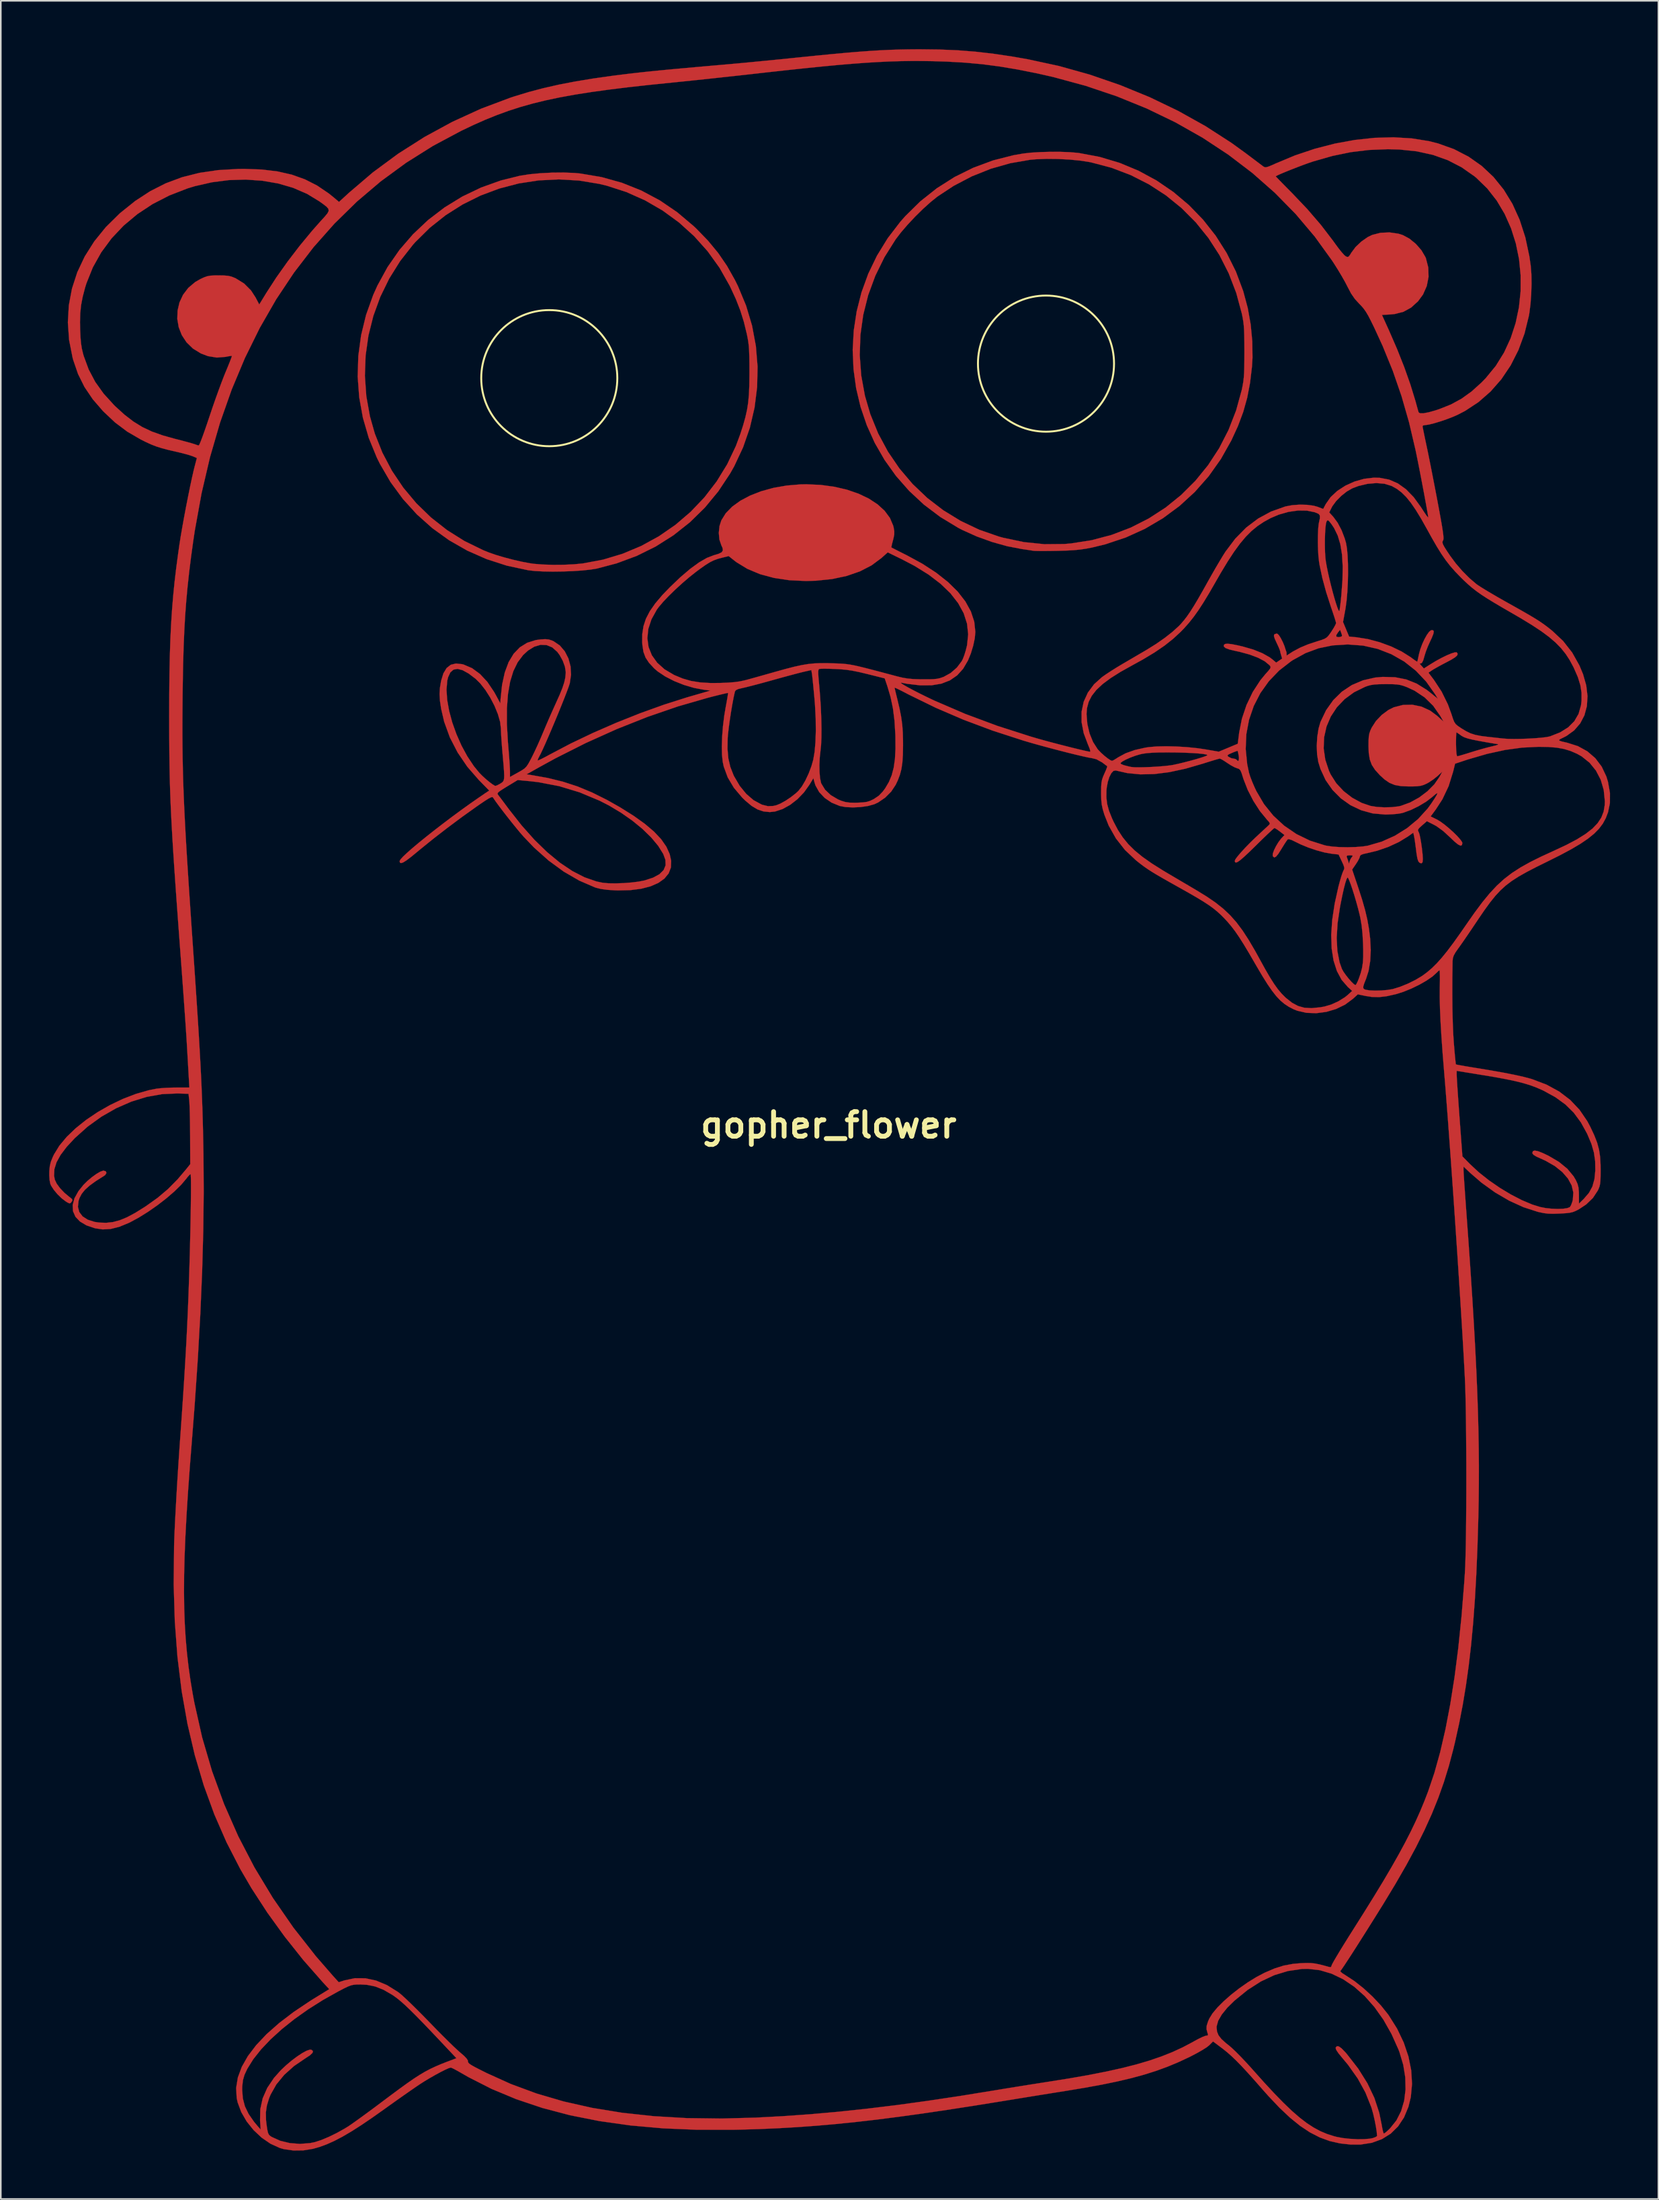
<source format=kicad_pcb>
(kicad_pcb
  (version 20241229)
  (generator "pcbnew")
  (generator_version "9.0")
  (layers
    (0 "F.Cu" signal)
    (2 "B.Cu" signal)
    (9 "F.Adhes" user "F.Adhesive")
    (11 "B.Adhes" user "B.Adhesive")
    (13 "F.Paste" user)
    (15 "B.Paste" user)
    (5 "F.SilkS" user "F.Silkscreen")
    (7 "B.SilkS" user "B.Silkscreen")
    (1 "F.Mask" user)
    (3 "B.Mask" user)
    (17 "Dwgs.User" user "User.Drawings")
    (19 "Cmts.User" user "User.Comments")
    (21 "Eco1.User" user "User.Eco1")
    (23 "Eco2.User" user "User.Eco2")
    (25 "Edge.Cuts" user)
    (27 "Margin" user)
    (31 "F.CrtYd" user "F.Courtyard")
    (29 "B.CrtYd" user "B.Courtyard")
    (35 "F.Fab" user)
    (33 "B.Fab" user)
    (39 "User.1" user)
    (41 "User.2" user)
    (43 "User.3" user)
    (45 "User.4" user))
  (footprint "gopher_flower"
    (layer "F.Cu")
    (at 48.328 66.69)
    (property "Reference" "gopher_flower" (at 0 0 0) (layer "F.SilkS") (effects (font (size 1.524 1.524) (thickness 0.3))))
    (attr through_hole)
    (fp_poly (pts (xy 27.833 -30.455) (xy 27.926 -30.365) (xy 28.042 -30.182) (xy 28.162 -29.946) (xy 28.266 -29.698) (xy 28.335 -29.48) (xy 28.396 -29.304) (xy 28.404 -29.096) (xy 28.271 -28.986) (xy 28.129 -28.9) (xy 28.014 -29.293) (xy 28.011 -29.334) (xy 27.981 -29.443) (xy 27.902 -29.637) (xy 27.791 -29.874) (xy 27.785 -29.887) (xy 27.665 -30.149) (xy 27.615 -30.315) (xy 27.63 -30.409) (xy 27.639 -30.419) (xy 27.767 -30.466) (xy 27.833 -30.455)) (stroke (width 0.01) (type solid)) (fill yes) (layer "F.Cu"))
    (fp_poly (pts (xy -15.752 -59.019) (xy -15.397 -58.986) (xy -14.078 -58.763) (xy -12.817 -58.411) (xy -11.615 -57.931) (xy -10.472 -57.323) (xy -9.389 -56.587) (xy -8.365 -55.723) (xy -8.196 -55.563) (xy -7.466 -54.809) (xy -6.843 -54.054) (xy -6.299 -53.259) (xy -5.807 -52.384) (xy -5.616 -51.999) (xy -5.114 -50.792) (xy -4.744 -49.552) (xy -4.508 -48.29) (xy -4.403 -47.016) (xy -4.431 -45.74) (xy -4.59 -44.474) (xy -4.88 -43.228) (xy -5.301 -42.013) (xy -5.851 -40.839) (xy -6.103 -40.393) (xy -6.836 -39.286) (xy -7.671 -38.276) (xy -8.601 -37.366) (xy -9.619 -36.561) (xy -10.719 -35.865) (xy -11.896 -35.283) (xy -13.143 -34.82) (xy -14.358 -34.499) (xy -14.766 -34.432) (xy -15.28 -34.378) (xy -15.865 -34.339) (xy -16.486 -34.316) (xy -17.107 -34.308) (xy -17.694 -34.318) (xy -18.213 -34.346) (xy -18.627 -34.393) (xy -18.632 -34.394) (xy -19.95 -34.677) (xy -21.21 -35.084) (xy -22.404 -35.61) (xy -23.527 -36.251) (xy -24.57 -37.001) (xy -25.529 -37.856) (xy -26.395 -38.81) (xy -27.163 -39.858) (xy -27.825 -40.996) (xy -28.015 -41.381) (xy -28.512 -42.595) (xy -28.875 -43.842) (xy -29.104 -45.112) (xy -29.199 -46.396) (xy -29.197 -46.445) (xy -28.752 -46.445) (xy -28.664 -45.187) (xy -28.44 -43.935) (xy -28.137 -42.866) (xy -27.667 -41.682) (xy -27.076 -40.561) (xy -26.371 -39.512) (xy -25.56 -38.543) (xy -24.652 -37.663) (xy -23.655 -36.88) (xy -22.578 -36.204) (xy -21.428 -35.642) (xy -21.061 -35.493) (xy -20.625 -35.342) (xy -20.107 -35.188) (xy -19.554 -35.043) (xy -19.011 -34.919) (xy -18.525 -34.828) (xy -18.274 -34.792) (xy -17.716 -34.748) (xy -17.08 -34.728) (xy -16.418 -34.733) (xy -15.787 -34.762) (xy -15.241 -34.815) (xy -15.238 -34.815) (xy -13.983 -35.051) (xy -12.772 -35.415) (xy -11.616 -35.9) (xy -10.522 -36.499) (xy -9.499 -37.205) (xy -8.556 -38.011) (xy -7.7 -38.91) (xy -6.942 -39.895) (xy -6.288 -40.959) (xy -5.748 -42.095) (xy -5.474 -42.834) (xy -5.296 -43.388) (xy -5.159 -43.876) (xy -5.057 -44.33) (xy -4.986 -44.784) (xy -4.941 -45.27) (xy -4.916 -45.822) (xy -4.908 -46.473) (xy -4.907 -46.672) (xy -4.909 -47.223) (xy -4.916 -47.658) (xy -4.928 -48.006) (xy -4.948 -48.294) (xy -4.978 -48.548) (xy -5.02 -48.794) (xy -5.069 -49.036) (xy -5.254 -49.793) (xy -5.473 -50.493) (xy -5.744 -51.19) (xy -6.087 -51.934) (xy -6.137 -52.035) (xy -6.762 -53.14) (xy -7.5 -54.166) (xy -8.34 -55.104) (xy -9.272 -55.947) (xy -10.288 -56.688) (xy -11.379 -57.32) (xy -12.535 -57.835) (xy -13.746 -58.227) (xy -14.217 -58.341) (xy -15.47 -58.548) (xy -16.727 -58.619) (xy -17.978 -58.558) (xy -19.211 -58.369) (xy -20.416 -58.054) (xy -21.582 -57.618) (xy -22.696 -57.065) (xy -23.749 -56.397) (xy -24.729 -55.619) (xy -25.625 -54.733) (xy -25.767 -54.575) (xy -26.565 -53.558) (xy -27.242 -52.475) (xy -27.798 -51.338) (xy -28.228 -50.156) (xy -28.532 -48.94) (xy -28.707 -47.7) (xy -28.752 -46.445) (xy -29.197 -46.445) (xy -29.16 -47.681) (xy -28.987 -48.959) (xy -28.68 -50.218) (xy -28.24 -51.449) (xy -27.974 -52.04) (xy -27.348 -53.183) (xy -26.61 -54.245) (xy -25.769 -55.22) (xy -24.834 -56.101) (xy -23.813 -56.881) (xy -22.716 -57.555) (xy -21.549 -58.114) (xy -20.323 -58.553) (xy -19.147 -58.845) (xy -18.552 -58.938) (xy -17.866 -59.003) (xy -17.138 -59.04) (xy -16.417 -59.046) (xy -15.752 -59.019)) (stroke (width 0.01) (type solid)) (fill yes) (layer "F.Cu"))
    (fp_poly (pts (xy 14.376 -60.329) (xy 14.958 -60.307) (xy 15.452 -60.265) (xy 15.523 -60.256) (xy 16.809 -60.014) (xy 18.045 -59.645) (xy 19.224 -59.154) (xy 20.339 -58.55) (xy 21.382 -57.838) (xy 22.345 -57.026) (xy 23.222 -56.12) (xy 24.004 -55.128) (xy 24.684 -54.056) (xy 25.255 -52.911) (xy 25.709 -51.7) (xy 25.991 -50.653) (xy 26.173 -49.63) (xy 26.273 -48.587) (xy 26.287 -47.573) (xy 26.255 -47.023) (xy 26.134 -46.007) (xy 25.957 -45.082) (xy 25.711 -44.205) (xy 25.385 -43.332) (xy 24.974 -42.439) (xy 24.324 -41.284) (xy 23.568 -40.219) (xy 22.712 -39.25) (xy 21.764 -38.38) (xy 20.729 -37.616) (xy 19.614 -36.961) (xy 18.425 -36.422) (xy 17.17 -36.003) (xy 16.339 -35.801) (xy 15.962 -35.729) (xy 15.604 -35.676) (xy 15.227 -35.639) (xy 14.791 -35.614) (xy 14.258 -35.598) (xy 14.182 -35.596) (xy 13.755 -35.589) (xy 13.367 -35.586) (xy 13.044 -35.587) (xy 12.811 -35.592) (xy 12.7 -35.6) (xy 12.544 -35.625) (xy 12.299 -35.662) (xy 12.016 -35.703) (xy 11.994 -35.706) (xy 11.085 -35.88) (xy 10.133 -36.146) (xy 9.187 -36.488) (xy 8.295 -36.889) (xy 8.043 -37.02) (xy 6.926 -37.696) (xy 5.908 -38.464) (xy 4.992 -39.316) (xy 4.179 -40.241) (xy 3.47 -41.233) (xy 2.867 -42.28) (xy 2.372 -43.375) (xy 1.985 -44.509) (xy 1.709 -45.672) (xy 1.546 -46.856) (xy 1.509 -47.721) (xy 1.932 -47.721) (xy 2.025 -46.461) (xy 2.254 -45.209) (xy 2.588 -44.068) (xy 3.076 -42.87) (xy 3.681 -41.745) (xy 4.395 -40.699) (xy 5.211 -39.739) (xy 6.12 -38.873) (xy 7.117 -38.108) (xy 8.192 -37.45) (xy 9.338 -36.906) (xy 10.549 -36.484) (xy 10.83 -36.407) (xy 12.109 -36.138) (xy 13.371 -36.009) (xy 14.618 -36.02) (xy 15.028 -36.055) (xy 16.32 -36.257) (xy 17.56 -36.587) (xy 18.741 -37.038) (xy 19.857 -37.605) (xy 20.901 -38.281) (xy 21.865 -39.061) (xy 22.744 -39.937) (xy 23.531 -40.905) (xy 24.219 -41.958) (xy 24.8 -43.09) (xy 25.269 -44.294) (xy 25.619 -45.566) (xy 25.626 -45.597) (xy 25.678 -45.854) (xy 25.718 -46.097) (xy 25.747 -46.35) (xy 25.766 -46.64) (xy 25.777 -46.995) (xy 25.782 -47.44) (xy 25.784 -47.943) (xy 25.782 -48.491) (xy 25.776 -48.926) (xy 25.764 -49.273) (xy 25.745 -49.56) (xy 25.715 -49.812) (xy 25.674 -50.057) (xy 25.623 -50.306) (xy 25.278 -51.582) (xy 24.813 -52.792) (xy 24.235 -53.93) (xy 23.55 -54.989) (xy 22.764 -55.963) (xy 21.883 -56.846) (xy 20.915 -57.632) (xy 19.865 -58.313) (xy 18.74 -58.885) (xy 17.545 -59.34) (xy 16.289 -59.672) (xy 16.178 -59.695) (xy 15.605 -59.784) (xy 14.94 -59.848) (xy 14.231 -59.885) (xy 13.525 -59.892) (xy 12.871 -59.868) (xy 12.486 -59.834) (xy 11.267 -59.623) (xy 10.06 -59.28) (xy 8.886 -58.811) (xy 7.764 -58.224) (xy 6.759 -57.562) (xy 6.332 -57.22) (xy 5.859 -56.794) (xy 5.373 -56.316) (xy 4.906 -55.819) (xy 4.49 -55.336) (xy 4.163 -54.909) (xy 3.465 -53.801) (xy 2.897 -52.644) (xy 2.457 -51.449) (xy 2.149 -50.223) (xy 1.974 -48.978) (xy 1.932 -47.721) (xy 1.509 -47.721) (xy 1.495 -48.052) (xy 1.56 -49.25) (xy 1.742 -50.442) (xy 2.041 -51.619) (xy 2.46 -52.772) (xy 3.001 -53.892) (xy 3.664 -54.97) (xy 4.451 -55.997) (xy 4.758 -56.344) (xy 5.692 -57.262) (xy 6.713 -58.071) (xy 7.81 -58.767) (xy 8.975 -59.343) (xy 10.197 -59.796) (xy 11.467 -60.119) (xy 12.065 -60.223) (xy 12.551 -60.278) (xy 13.127 -60.313) (xy 13.751 -60.331) (xy 14.376 -60.329)) (stroke (width 0.01) (type solid)) (fill yes) (layer "F.Cu"))
    (fp_poly (pts (xy 6.866 -66.671) (xy 8.009 -66.623) (xy 9.118 -66.536) (xy 10.237 -66.407) (xy 11.41 -66.232) (xy 12.347 -66.068) (xy 14.28 -65.651) (xy 16.196 -65.115) (xy 18.078 -64.467) (xy 19.912 -63.715) (xy 21.682 -62.864) (xy 23.372 -61.921) (xy 24.966 -60.893) (xy 25.817 -60.279) (xy 26.153 -60.026) (xy 26.458 -59.797) (xy 26.709 -59.608) (xy 26.887 -59.474) (xy 26.965 -59.416) (xy 27.041 -59.376) (xy 27.137 -59.374) (xy 27.283 -59.416) (xy 27.508 -59.509) (xy 27.712 -59.602) (xy 28.917 -60.105) (xy 30.149 -60.518) (xy 31.393 -60.839) (xy 32.632 -61.066) (xy 33.85 -61.197) (xy 35.031 -61.23) (xy 36.159 -61.163) (xy 37.218 -60.994) (xy 37.79 -60.85) (xy 38.781 -60.495) (xy 39.685 -60.028) (xy 40.501 -59.454) (xy 41.227 -58.773) (xy 41.862 -57.988) (xy 42.404 -57.102) (xy 42.851 -56.115) (xy 43.202 -55.031) (xy 43.454 -53.852) (xy 43.538 -53.269) (xy 43.579 -52.752) (xy 43.588 -52.148) (xy 43.569 -51.507) (xy 43.523 -50.881) (xy 43.451 -50.32) (xy 43.424 -50.165) (xy 43.152 -49.063) (xy 42.773 -48.036) (xy 42.294 -47.091) (xy 41.718 -46.234) (xy 41.051 -45.474) (xy 40.299 -44.816) (xy 39.466 -44.268) (xy 38.99 -44.022) (xy 38.662 -43.881) (xy 38.289 -43.74) (xy 37.904 -43.61) (xy 37.541 -43.501) (xy 37.235 -43.425) (xy 37.019 -43.392) (xy 36.998 -43.392) (xy 36.87 -43.368) (xy 36.83 -43.325) (xy 36.844 -43.237) (xy 36.884 -43.035) (xy 36.943 -42.746) (xy 37.017 -42.392) (xy 37.07 -42.143) (xy 37.145 -41.789) (xy 37.24 -41.324) (xy 37.349 -40.777) (xy 37.467 -40.175) (xy 37.589 -39.547) (xy 37.709 -38.921) (xy 37.75 -38.705) (xy 37.873 -38.047) (xy 37.97 -37.515) (xy 38.042 -37.096) (xy 38.091 -36.776) (xy 38.12 -36.543) (xy 38.129 -36.385) (xy 38.121 -36.288) (xy 38.108 -36.252) (xy 38.071 -36.178) (xy 38.066 -36.097) (xy 38.102 -35.988) (xy 38.188 -35.828) (xy 38.336 -35.595) (xy 38.539 -35.292) (xy 38.893 -34.815) (xy 39.304 -34.339) (xy 39.737 -33.904) (xy 40.154 -33.548) (xy 40.25 -33.478) (xy 40.436 -33.355) (xy 40.721 -33.179) (xy 41.082 -32.964) (xy 41.494 -32.724) (xy 41.933 -32.474) (xy 42.147 -32.354) (xy 42.711 -32.038) (xy 43.17 -31.778) (xy 43.543 -31.561) (xy 43.848 -31.377) (xy 44.104 -31.214) (xy 44.33 -31.058) (xy 44.544 -30.9) (xy 44.765 -30.726) (xy 44.873 -30.639) (xy 45.547 -30.007) (xy 46.107 -29.293) (xy 46.558 -28.49) (xy 46.783 -27.949) (xy 46.981 -27.253) (xy 47.059 -26.589) (xy 47.02 -25.967) (xy 46.867 -25.399) (xy 46.603 -24.896) (xy 46.233 -24.467) (xy 45.758 -24.123) (xy 45.557 -24.02) (xy 45.379 -23.934) (xy 45.298 -23.874) (xy 45.325 -23.826) (xy 45.469 -23.777) (xy 45.74 -23.715) (xy 45.791 -23.704) (xy 46.461 -23.492) (xy 47.047 -23.17) (xy 47.541 -22.745) (xy 47.937 -22.223) (xy 48.227 -21.611) (xy 48.329 -21.278) (xy 48.451 -20.589) (xy 48.448 -19.953) (xy 48.332 -19.393) (xy 48.194 -19.029) (xy 48.012 -18.693) (xy 47.774 -18.374) (xy 47.469 -18.064) (xy 47.085 -17.753) (xy 46.612 -17.433) (xy 46.039 -17.094) (xy 45.354 -16.728) (xy 44.583 -16.343) (xy 43.882 -15.997) (xy 43.292 -15.691) (xy 42.793 -15.41) (xy 42.367 -15.136) (xy 41.995 -14.854) (xy 41.658 -14.548) (xy 41.337 -14.201) (xy 41.013 -13.798) (xy 40.667 -13.321) (xy 40.281 -12.756) (xy 40.132 -12.534) (xy 39.873 -12.147) (xy 39.611 -11.762) (xy 39.368 -11.408) (xy 39.165 -11.119) (xy 39.06 -10.974) (xy 38.875 -10.71) (xy 38.765 -10.513) (xy 38.71 -10.343) (xy 38.693 -10.163) (xy 38.678 -9.139) (xy 38.675 -8.155) (xy 38.683 -7.233) (xy 38.703 -6.391) (xy 38.733 -5.652) (xy 38.768 -5.123) (xy 38.802 -4.705) (xy 38.834 -4.338) (xy 38.863 -4.044) (xy 38.885 -3.845) (xy 38.899 -3.764) (xy 38.899 -3.763) (xy 38.974 -3.744) (xy 39.165 -3.707) (xy 39.447 -3.657) (xy 39.796 -3.599) (xy 40.047 -3.558) (xy 41.01 -3.4) (xy 41.836 -3.253) (xy 42.53 -3.117) (xy 43.095 -2.991) (xy 43.537 -2.874) (xy 43.629 -2.846) (xy 44.523 -2.506) (xy 45.307 -2.078) (xy 45.986 -1.561) (xy 46.565 -0.948) (xy 47.049 -0.238) (xy 47.232 0.106) (xy 47.48 0.635) (xy 47.657 1.092) (xy 47.773 1.522) (xy 47.841 1.967) (xy 47.869 2.473) (xy 47.872 2.752) (xy 47.87 3.146) (xy 47.861 3.431) (xy 47.84 3.639) (xy 47.805 3.8) (xy 47.749 3.947) (xy 47.697 4.057) (xy 47.396 4.514) (xy 46.976 4.919) (xy 46.529 5.214) (xy 46.328 5.319) (xy 46.152 5.389) (xy 45.96 5.434) (xy 45.711 5.462) (xy 45.366 5.482) (xy 45.331 5.484) (xy 44.931 5.497) (xy 44.617 5.489) (xy 44.335 5.454) (xy 44.031 5.389) (xy 43.964 5.373) (xy 43.091 5.09) (xy 42.205 4.686) (xy 41.328 4.174) (xy 40.486 3.569) (xy 39.811 2.986) (xy 39.37 2.572) (xy 39.37 2.785) (xy 39.375 2.905) (xy 39.39 3.148) (xy 39.412 3.495) (xy 39.442 3.927) (xy 39.477 4.428) (xy 39.516 4.977) (xy 39.544 5.362) (xy 39.683 7.283) (xy 39.807 9.075) (xy 39.917 10.748) (xy 40.012 12.312) (xy 40.094 13.779) (xy 40.163 15.159) (xy 40.219 16.462) (xy 40.263 17.7) (xy 40.294 18.883) (xy 40.315 20.021) (xy 40.324 21.126) (xy 40.322 22.208) (xy 40.311 23.277) (xy 40.289 24.345) (xy 40.288 24.388) (xy 40.234 26.18) (xy 40.164 27.846) (xy 40.076 29.397) (xy 39.969 30.85) (xy 39.842 32.216) (xy 39.693 33.509) (xy 39.52 34.744) (xy 39.323 35.933) (xy 39.099 37.09) (xy 38.847 38.229) (xy 38.734 38.7) (xy 38.463 39.723) (xy 38.156 40.719) (xy 37.806 41.704) (xy 37.406 42.694) (xy 36.948 43.705) (xy 36.425 44.754) (xy 35.83 45.856) (xy 35.156 47.027) (xy 34.395 48.283) (xy 34.256 48.507) (xy 33.833 49.184) (xy 33.431 49.824) (xy 33.056 50.417) (xy 32.715 50.954) (xy 32.414 51.423) (xy 32.159 51.814) (xy 31.958 52.119) (xy 31.817 52.326) (xy 31.741 52.425) (xy 31.734 52.431) (xy 31.754 52.485) (xy 31.874 52.583) (xy 32.066 52.704) (xy 32.067 52.705) (xy 32.608 53.059) (xy 33.175 53.509) (xy 33.734 54.024) (xy 34.25 54.572) (xy 34.69 55.121) (xy 34.728 55.174) (xy 35.253 56.009) (xy 35.662 56.866) (xy 35.955 57.731) (xy 36.128 58.592) (xy 36.178 59.435) (xy 36.103 60.248) (xy 35.955 60.852) (xy 35.681 61.511) (xy 35.312 62.067) (xy 34.854 62.516) (xy 34.311 62.856) (xy 33.689 63.082) (xy 32.991 63.192) (xy 32.385 63.194) (xy 31.715 63.12) (xy 31.079 62.976) (xy 30.463 62.752) (xy 29.855 62.441) (xy 29.244 62.036) (xy 28.617 61.529) (xy 27.962 60.913) (xy 27.267 60.179) (xy 26.914 59.782) (xy 26.408 59.205) (xy 25.977 58.725) (xy 25.607 58.326) (xy 25.284 57.995) (xy 24.996 57.719) (xy 24.728 57.482) (xy 24.466 57.271) (xy 24.391 57.214) (xy 23.84 56.8) (xy 23.599 57.041) (xy 23.441 57.166) (xy 23.179 57.331) (xy 22.841 57.524) (xy 22.452 57.727) (xy 22.351 57.777) (xy 21.687 58.087) (xy 21.014 58.367) (xy 20.316 58.622) (xy 19.576 58.856) (xy 18.777 59.074) (xy 17.903 59.28) (xy 16.938 59.479) (xy 15.863 59.675) (xy 14.711 59.866) (xy 14.214 59.945) (xy 13.612 60.041) (xy 12.942 60.149) (xy 12.239 60.263) (xy 11.536 60.377) (xy 10.871 60.486) (xy 10.76 60.504) (xy 8.988 60.789) (xy 7.34 61.044) (xy 5.802 61.271) (xy 4.358 61.47) (xy 2.996 61.644) (xy 1.701 61.793) (xy 0.459 61.92) (xy -0.745 62.025) (xy -1.923 62.111) (xy -3.091 62.179) (xy -4.262 62.231) (xy -5.45 62.267) (xy -5.891 62.276) (xy -8.128 62.277) (xy -10.257 62.188) (xy -12.282 62.008) (xy -14.203 61.738) (xy -16.023 61.377) (xy -17.744 60.924) (xy -19.367 60.379) (xy -20.896 59.742) (xy -22.331 59.012) (xy -22.744 58.775) (xy -23.008 58.624) (xy -23.231 58.504) (xy -23.382 58.433) (xy -23.426 58.42) (xy -23.55 58.455) (xy -23.768 58.552) (xy -24.054 58.696) (xy -24.385 58.874) (xy -24.733 59.073) (xy -25.075 59.279) (xy -25.329 59.441) (xy -25.579 59.61) (xy -25.918 59.843) (xy -26.319 60.124) (xy -26.759 60.433) (xy -27.21 60.754) (xy -27.481 60.949) (xy -28.272 61.509) (xy -28.97 61.983) (xy -29.591 62.379) (xy -30.147 62.705) (xy -30.653 62.969) (xy -31.122 63.178) (xy -31.568 63.341) (xy -31.966 63.455) (xy -32.567 63.553) (xy -33.184 63.56) (xy -33.766 63.478) (xy -34.024 63.405) (xy -34.606 63.14) (xy -35.156 62.762) (xy -35.655 62.294) (xy -36.082 61.76) (xy -36.417 61.183) (xy -36.641 60.585) (xy -36.702 60.305) (xy -36.729 59.796) (xy -36.361 59.796) (xy -36.321 60.328) (xy -36.193 60.817) (xy -35.964 61.293) (xy -35.624 61.783) (xy -35.428 62.018) (xy -35.214 62.265) (xy -35.253 61.701) (xy -35.238 60.997) (xy -35.09 60.326) (xy -34.807 59.682) (xy -34.388 59.059) (xy -33.974 58.595) (xy -33.643 58.281) (xy -33.297 57.989) (xy -32.955 57.732) (xy -32.64 57.524) (xy -32.37 57.378) (xy -32.166 57.31) (xy -32.075 57.314) (xy -31.972 57.394) (xy -32 57.509) (xy -32.16 57.66) (xy -32.403 57.819) (xy -33.138 58.319) (xy -33.753 58.869) (xy -34.242 59.464) (xy -34.6 60.098) (xy -34.693 60.325) (xy -34.83 60.775) (xy -34.892 61.202) (xy -34.883 61.666) (xy -34.847 61.977) (xy -34.803 62.271) (xy -34.761 62.46) (xy -34.706 62.578) (xy -34.623 62.659) (xy -34.52 62.724) (xy -34.003 62.957) (xy -33.412 63.1) (xy -32.783 63.15) (xy -32.156 63.102) (xy -31.853 63.04) (xy -31.456 62.911) (xy -30.988 62.715) (xy -30.491 62.472) (xy -30.005 62.201) (xy -29.768 62.055) (xy -29.575 61.923) (xy -29.291 61.722) (xy -28.937 61.467) (xy -28.535 61.173) (xy -28.106 60.856) (xy -27.741 60.582) (xy -27.109 60.109) (xy -26.571 59.711) (xy -26.111 59.379) (xy -25.712 59.103) (xy -25.356 58.873) (xy -25.027 58.678) (xy -24.708 58.509) (xy -24.381 58.355) (xy -24.03 58.205) (xy -23.638 58.051) (xy -23.268 57.912) (xy -23.076 57.84) (xy -24.15 56.701) (xy -24.72 56.099) (xy -25.207 55.592) (xy -25.622 55.169) (xy -25.974 54.82) (xy -26.274 54.536) (xy -26.533 54.306) (xy -26.762 54.12) (xy -26.972 53.967) (xy -27.055 53.911) (xy -27.598 53.597) (xy -28.109 53.395) (xy -28.625 53.29) (xy -29.023 53.269) (xy -29.261 53.272) (xy -29.446 53.287) (xy -29.616 53.325) (xy -29.805 53.397) (xy -30.048 53.514) (xy -30.38 53.687) (xy -30.381 53.687) (xy -31.351 54.23) (xy -32.268 54.809) (xy -33.121 55.414) (xy -33.899 56.035) (xy -34.591 56.663) (xy -35.186 57.289) (xy -35.674 57.903) (xy -36.043 58.495) (xy -36.216 58.866) (xy -36.312 59.193) (xy -36.356 59.578) (xy -36.361 59.796) (xy -36.729 59.796) (xy -36.735 59.676) (xy -36.629 59.032) (xy -36.386 58.375) (xy -36.007 57.708) (xy -35.494 57.032) (xy -34.848 56.349) (xy -34.071 55.662) (xy -33.165 54.971) (xy -32.13 54.279) (xy -31.913 54.145) (xy -30.963 53.56) (xy -31.375 53.115) (xy -32.576 51.749) (xy -33.724 50.306) (xy -34.799 48.818) (xy -35.778 47.313) (xy -36.474 46.123) (xy -37.332 44.456) (xy -38.088 42.726) (xy -38.743 40.929) (xy -39.298 39.059) (xy -39.754 37.114) (xy -40.113 35.086) (xy -40.374 32.972) (xy -40.539 30.768) (xy -40.609 28.467) (xy -40.584 26.066) (xy -40.572 25.682) (xy -40.551 25.161) (xy -40.521 24.524) (xy -40.482 23.795) (xy -40.438 22.998) (xy -40.388 22.159) (xy -40.334 21.301) (xy -40.278 20.449) (xy -40.221 19.628) (xy -40.217 19.579) (xy -40.117 18.161) (xy -40.029 16.864) (xy -39.952 15.671) (xy -39.885 14.561) (xy -39.826 13.517) (xy -39.775 12.519) (xy -39.731 11.548) (xy -39.692 10.587) (xy -39.658 9.615) (xy -39.656 9.56) (xy -39.63 8.725) (xy -39.607 7.903) (xy -39.587 7.106) (xy -39.57 6.347) (xy -39.556 5.637) (xy -39.546 4.988) (xy -39.539 4.412) (xy -39.537 3.921) (xy -39.538 3.526) (xy -39.543 3.24) (xy -39.553 3.074) (xy -39.563 3.036) (xy -39.632 3.089) (xy -39.75 3.223) (xy -39.829 3.326) (xy -40.147 3.702) (xy -40.569 4.115) (xy -41.068 4.545) (xy -41.62 4.971) (xy -42.199 5.374) (xy -42.778 5.735) (xy -43.331 6.033) (xy -43.392 6.062) (xy -43.983 6.305) (xy -44.516 6.439) (xy -45.014 6.466) (xy -45.481 6.397) (xy -46.013 6.217) (xy -46.42 5.976) (xy -46.701 5.681) (xy -46.852 5.337) (xy -46.872 4.954) (xy -46.76 4.536) (xy -46.513 4.092) (xy -46.204 3.707) (xy -45.955 3.46) (xy -45.678 3.228) (xy -45.404 3.03) (xy -45.162 2.888) (xy -44.981 2.824) (xy -44.957 2.822) (xy -44.815 2.864) (xy -44.778 2.966) (xy -44.851 3.091) (xy -44.929 3.149) (xy -45.431 3.467) (xy -45.819 3.748) (xy -46.107 4.006) (xy -46.311 4.259) (xy -46.448 4.52) (xy -46.504 4.687) (xy -46.547 5.062) (xy -46.462 5.388) (xy -46.257 5.658) (xy -45.938 5.864) (xy -45.514 5.999) (xy -45.218 6.042) (xy -44.789 6.056) (xy -44.374 6.01) (xy -43.952 5.898) (xy -43.499 5.711) (xy -42.995 5.441) (xy -42.416 5.081) (xy -42.316 5.015) (xy -41.596 4.501) (xy -40.961 3.964) (xy -40.369 3.364) (xy -39.842 2.744) (xy -39.582 2.42) (xy -39.589 0.663) (xy -39.593 0.152) (xy -39.6 -0.336) (xy -39.61 -0.776) (xy -39.621 -1.143) (xy -39.634 -1.41) (xy -39.642 -1.517) (xy -39.688 -1.94) (xy -40.382 -1.961) (xy -41.32 -1.92) (xy -42.275 -1.75) (xy -43.231 -1.456) (xy -44.171 -1.046) (xy -45.08 -0.528) (xy -45.942 0.093) (xy -46.74 0.808) (xy -46.743 0.811) (xy -47.245 1.352) (xy -47.62 1.848) (xy -47.873 2.306) (xy -48.006 2.733) (xy -48.024 3.139) (xy -47.981 3.376) (xy -47.864 3.626) (xy -47.653 3.913) (xy -47.375 4.204) (xy -47.059 4.466) (xy -47.038 4.48) (xy -46.91 4.584) (xy -46.887 4.665) (xy -46.94 4.757) (xy -47.011 4.838) (xy -47.083 4.85) (xy -47.205 4.79) (xy -47.287 4.74) (xy -47.545 4.545) (xy -47.808 4.291) (xy -48.04 4.015) (xy -48.207 3.757) (xy -48.257 3.641) (xy -48.302 3.418) (xy -48.323 3.116) (xy -48.32 2.864) (xy -48.291 2.551) (xy -48.228 2.282) (xy -48.113 1.993) (xy -48.031 1.821) (xy -47.696 1.275) (xy -47.239 0.727) (xy -46.678 0.19) (xy -46.032 -0.326) (xy -45.318 -0.807) (xy -44.555 -1.243) (xy -43.762 -1.622) (xy -42.957 -1.932) (xy -42.157 -2.161) (xy -41.675 -2.257) (xy -41.418 -2.286) (xy -41.072 -2.31) (xy -40.689 -2.325) (xy -40.438 -2.328) (xy -39.637 -2.328) (xy -39.68 -3.087) (xy -39.699 -3.422) (xy -39.724 -3.855) (xy -39.752 -4.34) (xy -39.781 -4.835) (xy -39.797 -5.115) (xy -39.817 -5.441) (xy -39.847 -5.888) (xy -39.884 -6.436) (xy -39.928 -7.066) (xy -39.977 -7.758) (xy -40.03 -8.493) (xy -40.085 -9.25) (xy -40.141 -10.011) (xy -40.147 -10.089) (xy -40.253 -11.519) (xy -40.349 -12.82) (xy -40.435 -14.003) (xy -40.511 -15.079) (xy -40.578 -16.06) (xy -40.637 -16.958) (xy -40.688 -17.783) (xy -40.731 -18.548) (xy -40.768 -19.263) (xy -40.799 -19.941) (xy -40.824 -20.591) (xy -40.844 -21.227) (xy -40.859 -21.858) (xy -40.87 -22.498) (xy -40.878 -23.156) (xy -40.883 -23.845) (xy -40.885 -24.209) (xy -40.067 -24.209) (xy -40.062 -23.474) (xy -40.053 -22.751) (xy -40.038 -22.026) (xy -40.018 -21.287) (xy -39.99 -20.521) (xy -39.956 -19.718) (xy -39.914 -18.864) (xy -39.865 -17.947) (xy -39.807 -16.955) (xy -39.739 -15.876) (xy -39.663 -14.697) (xy -39.576 -13.407) (xy -39.48 -11.993) (xy -39.441 -11.43) (xy -39.344 -10.028) (xy -39.257 -8.754) (xy -39.18 -7.596) (xy -39.111 -6.542) (xy -39.051 -5.577) (xy -38.999 -4.691) (xy -38.953 -3.871) (xy -38.914 -3.104) (xy -38.88 -2.377) (xy -38.852 -1.679) (xy -38.827 -0.996) (xy -38.807 -0.316) (xy -38.789 0.373) (xy -38.774 1.084) (xy -38.761 1.83) (xy -38.761 1.834) (xy -38.746 4.122) (xy -38.773 6.528) (xy -38.843 9.055) (xy -38.956 11.706) (xy -39.112 14.483) (xy -39.31 17.389) (xy -39.475 19.509) (xy -39.608 21.19) (xy -39.72 22.742) (xy -39.811 24.177) (xy -39.882 25.504) (xy -39.932 26.735) (xy -39.961 27.881) (xy -39.968 28.952) (xy -39.955 29.96) (xy -39.92 30.915) (xy -39.864 31.828) (xy -39.787 32.71) (xy -39.688 33.571) (xy -39.567 34.423) (xy -39.425 35.277) (xy -39.326 35.807) (xy -38.844 37.951) (xy -38.229 40.045) (xy -37.483 42.087) (xy -36.606 44.078) (xy -35.598 46.017) (xy -34.458 47.904) (xy -33.188 49.74) (xy -31.786 51.523) (xy -30.711 52.758) (xy -30.374 53.129) (xy -30.021 53.015) (xy -29.378 52.88) (xy -28.723 52.884) (xy -28.058 53.026) (xy -27.388 53.306) (xy -26.717 53.723) (xy -26.622 53.793) (xy -26.46 53.929) (xy -26.218 54.151) (xy -25.913 54.442) (xy -25.562 54.787) (xy -25.182 55.168) (xy -24.789 55.569) (xy -24.719 55.642) (xy -24.325 56.047) (xy -23.94 56.436) (xy -23.581 56.792) (xy -23.265 57.099) (xy -23.009 57.34) (xy -22.83 57.498) (xy -22.808 57.516) (xy -22.596 57.7) (xy -22.441 57.864) (xy -22.368 57.979) (xy -22.366 57.994) (xy -22.36 58.062) (xy -22.331 58.124) (xy -22.262 58.191) (xy -22.135 58.275) (xy -21.935 58.387) (xy -21.643 58.538) (xy -21.243 58.738) (xy -21.202 58.759) (xy -19.699 59.439) (xy -18.111 60.026) (xy -16.435 60.518) (xy -14.667 60.916) (xy -12.806 61.22) (xy -10.849 61.432) (xy -8.792 61.552) (xy -6.632 61.579) (xy -4.516 61.522) (xy -2.832 61.432) (xy -1.136 61.312) (xy 0.59 61.159) (xy 2.362 60.971) (xy 4.198 60.748) (xy 6.116 60.485) (xy 8.133 60.183) (xy 10.266 59.837) (xy 10.301 59.832) (xy 10.908 59.731) (xy 11.599 59.619) (xy 12.317 59.504) (xy 13.008 59.395) (xy 13.615 59.3) (xy 13.617 59.3) (xy 14.947 59.088) (xy 16.148 58.877) (xy 17.231 58.664) (xy 18.21 58.447) (xy 19.097 58.221) (xy 19.902 57.983) (xy 20.639 57.73) (xy 21.32 57.459) (xy 21.956 57.166) (xy 22.559 56.848) (xy 22.657 56.792) (xy 22.932 56.643) (xy 23.176 56.526) (xy 23.354 56.456) (xy 23.413 56.444) (xy 23.514 56.427) (xy 23.522 56.349) (xy 23.493 56.263) (xy 23.436 56.045) (xy 23.44 55.937) (xy 24.059 55.937) (xy 24.087 56.191) (xy 24.18 56.419) (xy 24.356 56.647) (xy 24.633 56.899) (xy 24.819 57.045) (xy 25.007 57.206) (xy 25.265 57.452) (xy 25.571 57.761) (xy 25.902 58.111) (xy 26.237 58.478) (xy 26.31 58.561) (xy 27.013 59.347) (xy 27.644 60.027) (xy 28.213 60.61) (xy 28.73 61.105) (xy 29.206 61.518) (xy 29.651 61.86) (xy 30.076 62.137) (xy 30.491 62.36) (xy 30.907 62.535) (xy 31.334 62.672) (xy 31.503 62.716) (xy 31.879 62.787) (xy 32.314 62.835) (xy 32.766 62.858) (xy 33.193 62.857) (xy 33.553 62.828) (xy 33.743 62.791) (xy 33.912 62.73) (xy 34.003 62.669) (xy 34.008 62.655) (xy 33.989 62.407) (xy 33.937 62.069) (xy 33.862 61.685) (xy 33.773 61.298) (xy 33.678 60.955) (xy 33.652 60.874) (xy 33.289 59.967) (xy 32.811 59.098) (xy 32.209 58.248) (xy 31.846 57.812) (xy 31.612 57.526) (xy 31.474 57.318) (xy 31.439 57.196) (xy 31.441 57.189) (xy 31.517 57.094) (xy 31.637 57.107) (xy 31.811 57.231) (xy 32.044 57.472) (xy 32.138 57.58) (xy 32.842 58.486) (xy 33.409 59.39) (xy 33.842 60.299) (xy 34.145 61.221) (xy 34.296 61.966) (xy 34.341 62.222) (xy 34.387 62.414) (xy 34.427 62.508) (xy 34.434 62.512) (xy 34.509 62.466) (xy 34.651 62.345) (xy 34.817 62.186) (xy 35.209 61.696) (xy 35.501 61.121) (xy 35.691 60.474) (xy 35.777 59.77) (xy 35.759 59.025) (xy 35.634 58.253) (xy 35.401 57.469) (xy 35.34 57.307) (xy 34.904 56.336) (xy 34.405 55.455) (xy 33.848 54.669) (xy 33.242 53.984) (xy 32.593 53.408) (xy 31.909 52.945) (xy 31.197 52.602) (xy 30.465 52.385) (xy 29.719 52.3) (xy 29.351 52.309) (xy 28.486 52.434) (xy 27.641 52.69) (xy 26.81 53.079) (xy 25.988 53.605) (xy 25.17 54.27) (xy 25.165 54.274) (xy 24.717 54.716) (xy 24.38 55.134) (xy 24.16 55.517) (xy 24.064 55.858) (xy 24.059 55.937) (xy 23.44 55.937) (xy 23.444 55.83) (xy 23.526 55.57) (xy 23.606 55.386) (xy 23.803 55.065) (xy 24.107 54.701) (xy 24.498 54.31) (xy 24.955 53.908) (xy 25.458 53.514) (xy 25.987 53.143) (xy 26.522 52.812) (xy 27.037 52.541) (xy 27.655 52.276) (xy 28.224 52.097) (xy 28.796 51.991) (xy 29.281 51.949) (xy 29.621 51.936) (xy 29.899 51.94) (xy 30.157 51.968) (xy 30.439 52.024) (xy 30.789 52.115) (xy 31.027 52.182) (xy 31.149 52.193) (xy 31.185 52.112) (xy 31.186 52.102) (xy 31.222 52.015) (xy 31.327 51.823) (xy 31.491 51.543) (xy 31.705 51.186) (xy 31.961 50.77) (xy 32.25 50.307) (xy 32.514 49.889) (xy 33.219 48.773) (xy 33.848 47.761) (xy 34.409 46.838) (xy 34.906 45.993) (xy 35.348 45.214) (xy 35.741 44.489) (xy 36.091 43.805) (xy 36.406 43.15) (xy 36.691 42.513) (xy 36.953 41.88) (xy 37.173 41.31) (xy 37.564 40.155) (xy 37.924 38.864) (xy 38.253 37.44) (xy 38.55 35.887) (xy 38.815 34.206) (xy 39.047 32.401) (xy 39.245 30.473) (xy 39.41 28.426) (xy 39.455 27.764) (xy 39.476 27.344) (xy 39.494 26.801) (xy 39.51 26.15) (xy 39.522 25.409) (xy 39.532 24.595) (xy 39.539 23.724) (xy 39.543 22.813) (xy 39.544 21.88) (xy 39.543 20.941) (xy 39.538 20.013) (xy 39.531 19.113) (xy 39.521 18.258) (xy 39.508 17.465) (xy 39.493 16.751) (xy 39.474 16.133) (xy 39.454 15.663) (xy 39.415 14.911) (xy 39.366 14.034) (xy 39.308 13.049) (xy 39.242 11.971) (xy 39.17 10.816) (xy 39.092 9.601) (xy 39.01 8.342) (xy 38.924 7.055) (xy 38.836 5.755) (xy 38.747 4.459) (xy 38.657 3.183) (xy 38.569 1.943) (xy 38.483 0.755) (xy 38.4 -0.366) (xy 38.321 -1.402) (xy 38.248 -2.337) (xy 38.181 -3.157) (xy 38.17 -3.281) (xy 38.164 -3.362) (xy 38.947 -3.362) (xy 38.947 -3.11) (xy 38.952 -2.98) (xy 38.967 -2.729) (xy 38.989 -2.373) (xy 39.019 -1.933) (xy 39.054 -1.425) (xy 39.094 -0.87) (xy 39.124 -0.459) (xy 39.302 1.939) (xy 39.777 2.422) (xy 40.322 2.927) (xy 40.944 3.42) (xy 41.614 3.883) (xy 42.306 4.3) (xy 42.99 4.653) (xy 43.639 4.926) (xy 44.133 5.079) (xy 44.468 5.143) (xy 44.837 5.182) (xy 45.205 5.196) (xy 45.538 5.185) (xy 45.801 5.147) (xy 45.961 5.085) (xy 45.964 5.082) (xy 46.036 4.969) (xy 46.111 4.77) (xy 46.148 4.628) (xy 46.179 4.18) (xy 46.076 3.739) (xy 45.845 3.312) (xy 45.495 2.909) (xy 45.033 2.539) (xy 44.464 2.212) (xy 44.173 2.08) (xy 43.887 1.95) (xy 43.717 1.846) (xy 43.645 1.757) (xy 43.639 1.721) (xy 43.674 1.613) (xy 43.786 1.577) (xy 43.986 1.616) (xy 44.284 1.732) (xy 44.641 1.901) (xy 45.286 2.28) (xy 45.807 2.706) (xy 46.197 3.175) (xy 46.333 3.405) (xy 46.439 3.639) (xy 46.498 3.861) (xy 46.523 4.133) (xy 46.527 4.32) (xy 46.53 4.865) (xy 46.834 4.567) (xy 47.148 4.201) (xy 47.362 3.807) (xy 47.489 3.35) (xy 47.542 2.825) (xy 47.534 2.241) (xy 47.457 1.702) (xy 47.301 1.162) (xy 47.053 0.574) (xy 47.034 0.532) (xy 46.649 -0.168) (xy 46.207 -0.766) (xy 45.686 -1.28) (xy 45.068 -1.729) (xy 44.333 -2.133) (xy 44.215 -2.188) (xy 43.856 -2.343) (xy 43.472 -2.483) (xy 43.042 -2.611) (xy 42.548 -2.733) (xy 41.969 -2.854) (xy 41.285 -2.98) (xy 40.622 -3.09) (xy 38.947 -3.362) (xy 38.164 -3.362) (xy 38.075 -4.457) (xy 38.001 -5.502) (xy 37.946 -6.423) (xy 37.911 -7.228) (xy 37.895 -7.926) (xy 37.898 -8.525) (xy 37.899 -8.581) (xy 37.906 -8.941) (xy 37.906 -9.245) (xy 37.9 -9.468) (xy 37.889 -9.584) (xy 37.883 -9.596) (xy 37.809 -9.549) (xy 37.705 -9.446) (xy 37.441 -9.208) (xy 37.071 -8.954) (xy 36.628 -8.701) (xy 36.145 -8.466) (xy 35.653 -8.266) (xy 35.2 -8.121) (xy 34.629 -7.992) (xy 34.137 -7.933) (xy 33.687 -7.943) (xy 33.324 -7.999) (xy 32.816 -8.105) (xy 32.515 -7.829) (xy 32.027 -7.468) (xy 31.467 -7.196) (xy 30.861 -7.017) (xy 30.239 -6.936) (xy 29.629 -6.959) (xy 29.059 -7.09) (xy 28.827 -7.184) (xy 28.534 -7.336) (xy 28.267 -7.512) (xy 28.013 -7.726) (xy 27.76 -7.993) (xy 27.498 -8.327) (xy 27.212 -8.741) (xy 26.893 -9.25) (xy 26.528 -9.869) (xy 26.421 -10.054) (xy 26.056 -10.682) (xy 25.743 -11.203) (xy 25.469 -11.634) (xy 25.222 -11.996) (xy 24.988 -12.305) (xy 24.756 -12.582) (xy 24.558 -12.796) (xy 24.328 -13.028) (xy 24.098 -13.239) (xy 23.85 -13.44) (xy 23.566 -13.645) (xy 23.228 -13.865) (xy 22.817 -14.114) (xy 22.315 -14.404) (xy 21.776 -14.707) (xy 21.212 -15.023) (xy 20.753 -15.283) (xy 20.38 -15.499) (xy 20.075 -15.683) (xy 19.819 -15.847) (xy 19.594 -16.002) (xy 19.38 -16.161) (xy 19.158 -16.334) (xy 19.05 -16.422) (xy 18.378 -17.054) (xy 17.815 -17.773) (xy 17.368 -18.567) (xy 17.102 -19.238) (xy 17.002 -19.57) (xy 16.94 -19.853) (xy 16.909 -20.147) (xy 16.904 -20.298) (xy 17.226 -20.298) (xy 17.276 -19.895) (xy 17.389 -19.482) (xy 17.574 -19.018) (xy 17.679 -18.792) (xy 17.944 -18.289) (xy 18.24 -17.836) (xy 18.582 -17.417) (xy 18.987 -17.017) (xy 19.471 -16.621) (xy 20.05 -16.214) (xy 20.74 -15.78) (xy 21.015 -15.616) (xy 21.436 -15.368) (xy 21.889 -15.101) (xy 22.328 -14.843) (xy 22.708 -14.618) (xy 22.825 -14.549) (xy 23.451 -14.164) (xy 23.993 -13.793) (xy 24.468 -13.416) (xy 24.894 -13.015) (xy 25.289 -12.57) (xy 25.669 -12.063) (xy 26.052 -11.474) (xy 26.456 -10.786) (xy 26.75 -10.251) (xy 27.083 -9.647) (xy 27.37 -9.154) (xy 27.625 -8.753) (xy 27.858 -8.427) (xy 28.084 -8.158) (xy 28.313 -7.926) (xy 28.357 -7.886) (xy 28.734 -7.587) (xy 29.106 -7.385) (xy 29.501 -7.275) (xy 29.949 -7.25) (xy 30.479 -7.302) (xy 30.742 -7.348) (xy 31.17 -7.473) (xy 31.617 -7.677) (xy 32.02 -7.928) (xy 32.196 -8.072) (xy 32.465 -8.318) (xy 32.196 -8.562) (xy 31.812 -9.004) (xy 31.518 -9.552) (xy 31.311 -10.202) (xy 31.194 -10.948) (xy 31.173 -11.6) (xy 31.507 -11.6) (xy 31.548 -10.795) (xy 31.685 -10.093) (xy 31.829 -9.683) (xy 31.924 -9.512) (xy 32.072 -9.301) (xy 32.246 -9.081) (xy 32.42 -8.883) (xy 32.569 -8.739) (xy 32.667 -8.679) (xy 32.672 -8.678) (xy 32.724 -8.739) (xy 32.803 -8.897) (xy 32.877 -9.077) (xy 32.995 -9.419) (xy 33.077 -9.734) (xy 33.128 -10.059) (xy 33.151 -10.427) (xy 33.151 -10.876) (xy 33.14 -11.251) (xy 33.108 -11.852) (xy 33.055 -12.361) (xy 32.977 -12.824) (xy 32.927 -13.053) (xy 32.83 -13.437) (xy 32.72 -13.837) (xy 32.604 -14.232) (xy 32.488 -14.6) (xy 32.38 -14.917) (xy 32.287 -15.162) (xy 32.217 -15.313) (xy 32.179 -15.349) (xy 32.12 -15.25) (xy 32.044 -15.022) (xy 31.953 -14.675) (xy 31.851 -14.218) (xy 31.74 -13.663) (xy 31.711 -13.511) (xy 31.561 -12.505) (xy 31.507 -11.6) (xy 31.173 -11.6) (xy 31.166 -11.788) (xy 31.228 -12.716) (xy 31.381 -13.727) (xy 31.613 -14.774) (xy 31.704 -15.116) (xy 31.793 -15.419) (xy 31.871 -15.65) (xy 31.926 -15.777) (xy 31.926 -15.778) (xy 31.956 -15.84) (xy 32.466 -15.84) (xy 32.846 -14.711) (xy 33.083 -13.976) (xy 33.267 -13.33) (xy 33.406 -12.738) (xy 33.508 -12.162) (xy 33.582 -11.565) (xy 33.582 -11.561) (xy 33.619 -10.846) (xy 33.585 -10.167) (xy 33.484 -9.556) (xy 33.33 -9.072) (xy 33.214 -8.784) (xy 33.157 -8.598) (xy 33.156 -8.487) (xy 33.212 -8.425) (xy 33.302 -8.39) (xy 33.546 -8.351) (xy 33.881 -8.336) (xy 34.26 -8.344) (xy 34.634 -8.375) (xy 34.957 -8.427) (xy 34.984 -8.433) (xy 35.424 -8.567) (xy 35.914 -8.765) (xy 36.393 -9.001) (xy 36.804 -9.248) (xy 36.807 -9.25) (xy 37.114 -9.476) (xy 37.412 -9.73) (xy 37.714 -10.028) (xy 38.03 -10.382) (xy 38.374 -10.806) (xy 38.756 -11.315) (xy 39.189 -11.923) (xy 39.532 -12.418) (xy 40.056 -13.167) (xy 40.534 -13.808) (xy 40.984 -14.357) (xy 41.426 -14.832) (xy 41.879 -15.247) (xy 42.364 -15.62) (xy 42.898 -15.966) (xy 43.502 -16.303) (xy 44.195 -16.647) (xy 44.954 -16.995) (xy 45.741 -17.363) (xy 46.399 -17.71) (xy 46.936 -18.045) (xy 47.362 -18.376) (xy 47.685 -18.713) (xy 47.915 -19.062) (xy 48.059 -19.434) (xy 48.126 -19.837) (xy 48.134 -20.084) (xy 48.065 -20.771) (xy 47.879 -21.405) (xy 47.583 -21.974) (xy 47.187 -22.462) (xy 46.698 -22.855) (xy 46.406 -23.019) (xy 46.005 -23.192) (xy 45.597 -23.316) (xy 45.148 -23.396) (xy 44.625 -23.438) (xy 44.027 -23.449) (xy 43.009 -23.399) (xy 41.952 -23.255) (xy 40.838 -23.012) (xy 39.65 -22.667) (xy 39.444 -22.599) (xy 38.848 -22.401) (xy 38.727 -21.907) (xy 38.448 -21.011) (xy 38.063 -20.198) (xy 37.654 -19.568) (xy 37.333 -19.133) (xy 37.731 -18.938) (xy 37.941 -18.812) (xy 38.194 -18.626) (xy 38.466 -18.402) (xy 38.734 -18.161) (xy 38.974 -17.925) (xy 39.162 -17.715) (xy 39.276 -17.555) (xy 39.299 -17.486) (xy 39.272 -17.352) (xy 39.184 -17.321) (xy 39.031 -17.396) (xy 38.806 -17.579) (xy 38.545 -17.829) (xy 38.106 -18.232) (xy 37.698 -18.527) (xy 37.547 -18.611) (xy 37.101 -18.838) (xy 36.798 -18.575) (xy 36.629 -18.42) (xy 36.553 -18.319) (xy 36.553 -18.236) (xy 36.589 -18.168) (xy 36.635 -18.044) (xy 36.688 -17.813) (xy 36.741 -17.508) (xy 36.788 -17.179) (xy 36.833 -16.769) (xy 36.849 -16.484) (xy 36.833 -16.309) (xy 36.784 -16.232) (xy 36.698 -16.238) (xy 36.634 -16.272) (xy 36.566 -16.355) (xy 36.511 -16.523) (xy 36.462 -16.798) (xy 36.434 -17.011) (xy 36.394 -17.331) (xy 36.353 -17.623) (xy 36.318 -17.84) (xy 36.306 -17.9) (xy 36.256 -18.126) (xy 35.926 -17.891) (xy 35.362 -17.547) (xy 34.708 -17.245) (xy 34.013 -17.005) (xy 33.426 -16.864) (xy 33.156 -16.805) (xy 33.005 -16.745) (xy 32.951 -16.676) (xy 32.949 -16.661) (xy 32.911 -16.544) (xy 32.813 -16.359) (xy 32.707 -16.193) (xy 32.466 -15.84) (xy 31.956 -15.84) (xy 31.973 -15.874) (xy 31.972 -15.982) (xy 31.919 -16.141) (xy 31.824 -16.35) (xy 31.678 -16.659) (xy 32.122 -16.659) (xy 32.139 -16.598) (xy 32.203 -16.422) (xy 32.231 -16.334) (xy 32.273 -16.192) (xy 32.301 -16.334) (xy 32.371 -16.502) (xy 32.438 -16.598) (xy 32.5 -16.682) (xy 32.464 -16.716) (xy 32.318 -16.722) (xy 32.165 -16.709) (xy 32.122 -16.659) (xy 31.678 -16.659) (xy 31.624 -16.772) (xy 31.178 -16.823) (xy 30.756 -16.898) (xy 30.265 -17.03) (xy 29.756 -17.201) (xy 29.283 -17.395) (xy 29.004 -17.532) (xy 28.72 -17.67) (xy 28.537 -17.724) (xy 28.472 -17.712) (xy 28.402 -17.624) (xy 28.283 -17.446) (xy 28.137 -17.211) (xy 28.078 -17.113) (xy 27.89 -16.816) (xy 27.747 -16.643) (xy 27.64 -16.588) (xy 27.562 -16.646) (xy 27.538 -16.698) (xy 27.546 -16.829) (xy 27.619 -17.037) (xy 27.74 -17.283) (xy 27.889 -17.53) (xy 28.047 -17.742) (xy 28.08 -17.778) (xy 28.268 -17.98) (xy 27.985 -18.198) (xy 27.813 -18.323) (xy 27.685 -18.401) (xy 27.648 -18.415) (xy 27.584 -18.367) (xy 27.435 -18.234) (xy 27.217 -18.03) (xy 26.945 -17.769) (xy 26.633 -17.464) (xy 26.485 -17.318) (xy 26.084 -16.927) (xy 25.77 -16.633) (xy 25.533 -16.43) (xy 25.366 -16.312) (xy 25.259 -16.272) (xy 25.202 -16.305) (xy 25.188 -16.387) (xy 25.237 -16.492) (xy 25.374 -16.674) (xy 25.581 -16.916) (xy 25.842 -17.2) (xy 26.142 -17.507) (xy 26.463 -17.82) (xy 26.565 -17.915) (xy 26.811 -18.143) (xy 27.031 -18.347) (xy 27.197 -18.501) (xy 27.267 -18.566) (xy 27.347 -18.651) (xy 27.355 -18.723) (xy 27.281 -18.826) (xy 27.189 -18.926) (xy 26.748 -19.464) (xy 26.339 -20.097) (xy 25.989 -20.777) (xy 25.723 -21.457) (xy 25.689 -21.567) (xy 25.605 -21.831) (xy 25.535 -21.989) (xy 25.457 -22.073) (xy 25.353 -22.114) (xy 25.333 -22.118) (xy 25.17 -22.182) (xy 24.945 -22.304) (xy 24.732 -22.441) (xy 24.522 -22.581) (xy 24.352 -22.681) (xy 24.259 -22.719) (xy 24.259 -22.719) (xy 24.168 -22.698) (xy 23.969 -22.641) (xy 23.688 -22.556) (xy 23.352 -22.451) (xy 23.222 -22.409) (xy 22.128 -22.092) (xy 21.122 -21.876) (xy 20.193 -21.759) (xy 19.33 -21.74) (xy 18.522 -21.819) (xy 17.802 -21.982) (xy 17.665 -21.955) (xy 17.53 -21.81) (xy 17.408 -21.571) (xy 17.31 -21.26) (xy 17.245 -20.9) (xy 17.231 -20.733) (xy 17.226 -20.298) (xy 16.904 -20.298) (xy 16.898 -20.51) (xy 16.898 -20.602) (xy 16.902 -20.953) (xy 16.918 -21.206) (xy 16.955 -21.406) (xy 17.02 -21.597) (xy 17.102 -21.785) (xy 17.2 -22.007) (xy 17.263 -22.172) (xy 17.279 -22.244) (xy 17.279 -22.245) (xy 17.211 -22.294) (xy 17.07 -22.401) (xy 17.017 -22.441) (xy 18.1 -22.441) (xy 18.136 -22.381) (xy 18.305 -22.311) (xy 18.602 -22.234) (xy 18.768 -22.199) (xy 18.958 -22.181) (xy 19.254 -22.177) (xy 19.625 -22.184) (xy 20.036 -22.201) (xy 20.454 -22.227) (xy 20.845 -22.259) (xy 21.177 -22.297) (xy 21.378 -22.329) (xy 21.71 -22.402) (xy 22.072 -22.49) (xy 22.441 -22.586) (xy 22.791 -22.683) (xy 23.095 -22.775) (xy 23.33 -22.853) (xy 23.468 -22.91) (xy 23.488 -22.926) (xy 24.738 -22.926) (xy 24.75 -22.873) (xy 24.807 -22.825) (xy 24.981 -22.741) (xy 25.096 -22.721) (xy 25.238 -22.69) (xy 25.294 -22.648) (xy 25.376 -22.567) (xy 25.431 -22.606) (xy 25.447 -22.749) (xy 25.433 -22.878) (xy 25.399 -23.065) (xy 25.373 -23.181) (xy 25.367 -23.197) (xy 25.298 -23.183) (xy 25.141 -23.125) (xy 25.011 -23.071) (xy 24.819 -22.984) (xy 24.738 -22.926) (xy 23.488 -22.926) (xy 23.495 -22.932) (xy 23.427 -22.97) (xy 23.235 -23.005) (xy 22.935 -23.036) (xy 22.544 -23.063) (xy 22.078 -23.083) (xy 21.555 -23.096) (xy 21.026 -23.1) (xy 20.492 -23.097) (xy 20.073 -23.082) (xy 19.742 -23.056) (xy 19.472 -23.017) (xy 19.314 -22.982) (xy 19.014 -22.893) (xy 18.708 -22.779) (xy 18.431 -22.656) (xy 18.217 -22.539) (xy 18.103 -22.445) (xy 18.1 -22.441) (xy 17.017 -22.441) (xy 16.969 -22.479) (xy 16.603 -22.679) (xy 16.348 -22.742) (xy 16.12 -22.782) (xy 15.779 -22.856) (xy 15.349 -22.957) (xy 14.853 -23.079) (xy 14.314 -23.217) (xy 13.755 -23.364) (xy 13.199 -23.514) (xy 12.669 -23.661) (xy 12.189 -23.801) (xy 12.065 -23.838) (xy 10.169 -24.453) (xy 8.376 -25.124) (xy 6.656 -25.863) (xy 4.977 -26.683) (xy 4.782 -26.785) (xy 4.506 -26.927) (xy 4.282 -27.037) (xy 4.136 -27.103) (xy 4.092 -27.115) (xy 4.108 -27.038) (xy 4.151 -26.854) (xy 4.214 -26.595) (xy 4.262 -26.401) (xy 4.402 -25.81) (xy 4.501 -25.304) (xy 4.566 -24.835) (xy 4.602 -24.352) (xy 4.616 -23.809) (xy 4.617 -23.53) (xy 4.607 -22.946) (xy 4.575 -22.47) (xy 4.516 -22.07) (xy 4.423 -21.714) (xy 4.292 -21.368) (xy 4.162 -21.094) (xy 3.883 -20.674) (xy 3.506 -20.296) (xy 3.074 -20.001) (xy 2.836 -19.889) (xy 2.45 -19.781) (xy 1.988 -19.714) (xy 1.503 -19.691) (xy 1.047 -19.714) (xy 0.698 -19.78) (xy 0.194 -19.985) (xy -0.239 -20.278) (xy -0.581 -20.639) (xy -0.811 -21.051) (xy -0.864 -21.212) (xy -0.942 -21.504) (xy -1.181 -21.106) (xy -1.525 -20.623) (xy -1.934 -20.199) (xy -2.384 -19.85) (xy -2.852 -19.591) (xy -3.317 -19.438) (xy -3.644 -19.403) (xy -4.034 -19.442) (xy -4.402 -19.565) (xy -4.771 -19.785) (xy -5.164 -20.114) (xy -5.364 -20.309) (xy -5.874 -20.912) (xy -6.254 -21.552) (xy -6.5 -22.22) (xy -6.564 -22.518) (xy -6.609 -22.947) (xy -6.617 -23.312) (xy -6.267 -23.312) (xy -6.215 -22.729) (xy -6.093 -22.203) (xy -5.895 -21.698) (xy -5.86 -21.625) (xy -5.512 -21.03) (xy -5.105 -20.531) (xy -4.653 -20.142) (xy -4.169 -19.879) (xy -4.101 -19.853) (xy -3.762 -19.77) (xy -3.435 -19.782) (xy -3.238 -19.827) (xy -2.98 -19.932) (xy -2.664 -20.109) (xy -2.334 -20.33) (xy -2.032 -20.567) (xy -1.872 -20.716) (xy -1.658 -20.988) (xy -1.439 -21.361) (xy -1.234 -21.797) (xy -1.061 -22.258) (xy -0.95 -22.648) (xy -0.866 -23.142) (xy -0.813 -23.751) (xy -0.791 -24.45) (xy -0.8 -25.217) (xy -0.842 -26.028) (xy -0.877 -26.46) (xy -0.917 -26.89) (xy -0.955 -27.285) (xy -0.989 -27.618) (xy -1.016 -27.862) (xy -1.033 -27.985) (xy -1.034 -27.994) (xy -0.641 -27.994) (xy -0.626 -27.741) (xy -0.592 -27.372) (xy -0.588 -27.33) (xy -0.528 -26.622) (xy -0.482 -25.913) (xy -0.453 -25.226) (xy -0.44 -24.586) (xy -0.444 -24.018) (xy -0.466 -23.545) (xy -0.497 -23.248) (xy -0.547 -22.791) (xy -0.569 -22.325) (xy -0.562 -21.885) (xy -0.528 -21.505) (xy -0.468 -21.221) (xy -0.448 -21.167) (xy -0.216 -20.787) (xy 0.135 -20.455) (xy 0.586 -20.188) (xy 0.795 -20.101) (xy 1.037 -20.028) (xy 1.296 -19.99) (xy 1.622 -19.982) (xy 1.802 -19.986) (xy 2.132 -20.003) (xy 2.37 -20.035) (xy 2.566 -20.094) (xy 2.767 -20.19) (xy 2.825 -20.222) (xy 3.117 -20.42) (xy 3.365 -20.68) (xy 3.509 -20.876) (xy 3.739 -21.266) (xy 3.914 -21.685) (xy 4.038 -22.155) (xy 4.115 -22.695) (xy 4.149 -23.327) (xy 4.144 -24.072) (xy 4.14 -24.201) (xy 4.088 -25.059) (xy 3.992 -25.82) (xy 3.847 -26.522) (xy 3.647 -27.198) (xy 3.48 -27.691) (xy 2.393 -27.963) (xy 1.886 -28.084) (xy 1.464 -28.169) (xy 1.079 -28.225) (xy 0.682 -28.259) (xy 0.41 -28.273) (xy 0.062 -28.285) (xy -0.238 -28.289) (xy -0.461 -28.286) (xy -0.577 -28.276) (xy -0.581 -28.274) (xy -0.619 -28.238) (xy -0.639 -28.152) (xy -0.641 -27.994) (xy -1.034 -27.994) (xy -1.071 -28.205) (xy -1.541 -28.099) (xy -1.753 -28.047) (xy -2.072 -27.964) (xy -2.469 -27.858) (xy -2.915 -27.737) (xy -3.381 -27.608) (xy -3.472 -27.582) (xy -3.935 -27.454) (xy -4.378 -27.334) (xy -4.776 -27.23) (xy -5.1 -27.148) (xy -5.322 -27.096) (xy -5.354 -27.089) (xy -5.603 -27.03) (xy -5.742 -26.965) (xy -5.806 -26.877) (xy -5.812 -26.856) (xy -5.889 -26.508) (xy -5.972 -26.067) (xy -6.055 -25.574) (xy -6.131 -25.07) (xy -6.195 -24.595) (xy -6.24 -24.191) (xy -6.256 -23.989) (xy -6.267 -23.312) (xy -6.617 -23.312) (xy -6.62 -23.48) (xy -6.6 -24.082) (xy -6.55 -24.72) (xy -6.472 -25.36) (xy -6.389 -25.856) (xy -6.326 -26.196) (xy -6.276 -26.481) (xy -6.244 -26.686) (xy -6.233 -26.784) (xy -6.234 -26.789) (xy -6.304 -26.778) (xy -6.49 -26.736) (xy -6.767 -26.67) (xy -7.115 -26.583) (xy -7.474 -26.491) (xy -9.332 -25.955) (xy -11.229 -25.303) (xy -13.144 -24.543) (xy -15.053 -23.684) (xy -16.933 -22.737) (xy -17.917 -22.198) (xy -18.725 -21.743) (xy -18.446 -21.701) (xy -17.42 -21.519) (xy -16.47 -21.286) (xy -15.563 -20.99) (xy -14.664 -20.617) (xy -13.74 -20.156) (xy -12.922 -19.694) (xy -12.091 -19.174) (xy -11.394 -18.675) (xy -10.826 -18.193) (xy -10.383 -17.723) (xy -10.06 -17.259) (xy -9.852 -16.798) (xy -9.761 -16.386) (xy -9.775 -15.971) (xy -9.917 -15.601) (xy -10.18 -15.28) (xy -10.556 -15.012) (xy -11.038 -14.801) (xy -11.618 -14.65) (xy -12.291 -14.564) (xy -13.047 -14.546) (xy -13.242 -14.552) (xy -13.731 -14.584) (xy -14.113 -14.636) (xy -14.421 -14.713) (xy -14.49 -14.736) (xy -15.463 -15.157) (xy -16.422 -15.713) (xy -17.358 -16.397) (xy -18.263 -17.203) (xy -18.919 -17.888) (xy -19.125 -18.126) (xy -19.374 -18.426) (xy -19.65 -18.767) (xy -19.932 -19.124) (xy -20.205 -19.475) (xy -20.448 -19.796) (xy -20.645 -20.064) (xy -20.777 -20.257) (xy -20.809 -20.308) (xy -20.852 -20.335) (xy -20.939 -20.315) (xy -21.085 -20.24) (xy -21.306 -20.101) (xy -21.616 -19.891) (xy -21.811 -19.756) (xy -22.72 -19.107) (xy -23.634 -18.426) (xy -24.515 -17.744) (xy -25.321 -17.092) (xy -25.505 -16.939) (xy -25.883 -16.629) (xy -26.17 -16.411) (xy -26.375 -16.283) (xy -26.509 -16.238) (xy -26.58 -16.271) (xy -26.599 -16.365) (xy -26.544 -16.468) (xy -26.385 -16.642) (xy -26.134 -16.88) (xy -25.803 -17.171) (xy -25.404 -17.506) (xy -24.949 -17.875) (xy -24.449 -18.27) (xy -23.916 -18.681) (xy -23.362 -19.099) (xy -22.799 -19.514) (xy -22.238 -19.917) (xy -21.691 -20.298) (xy -21.475 -20.445) (xy -21.335 -20.54) (xy -20.528 -20.54) (xy -20.501 -20.481) (xy -20.495 -20.474) (xy -20.418 -20.375) (xy -20.276 -20.188) (xy -20.088 -19.936) (xy -19.871 -19.645) (xy -19.812 -19.566) (xy -19.024 -18.565) (xy -18.234 -17.679) (xy -17.445 -16.913) (xy -16.663 -16.268) (xy -15.892 -15.75) (xy -15.135 -15.361) (xy -14.399 -15.105) (xy -14.012 -15.023) (xy -13.66 -14.99) (xy -13.215 -14.984) (xy -12.721 -15) (xy -12.225 -15.038) (xy -11.77 -15.095) (xy -11.404 -15.167) (xy -10.878 -15.339) (xy -10.487 -15.552) (xy -10.23 -15.807) (xy -10.107 -16.104) (xy -10.118 -16.443) (xy -10.252 -16.807) (xy -10.567 -17.312) (xy -11.003 -17.835) (xy -11.542 -18.36) (xy -12.168 -18.873) (xy -12.863 -19.36) (xy -13.61 -19.807) (xy -14.199 -20.109) (xy -15.439 -20.627) (xy -16.706 -21.01) (xy -17.991 -21.256) (xy -18.507 -21.316) (xy -19.278 -21.388) (xy -19.935 -20.99) (xy -20.223 -20.813) (xy -20.406 -20.689) (xy -20.502 -20.604) (xy -20.528 -20.54) (xy -21.335 -20.54) (xy -21.043 -20.737) (xy -21.687 -21.393) (xy -22.4 -22.211) (xy -23.001 -23.095) (xy -23.483 -24.029) (xy -23.836 -25.001) (xy -24.026 -25.815) (xy -24.098 -26.304) (xy -24.123 -26.714) (xy -24.107 -26.994) (xy -23.692 -26.994) (xy -23.65 -26.362) (xy -23.528 -25.675) (xy -23.334 -24.957) (xy -23.075 -24.233) (xy -22.761 -23.524) (xy -22.399 -22.857) (xy -21.997 -22.253) (xy -21.668 -21.85) (xy -21.48 -21.657) (xy -21.259 -21.455) (xy -21.035 -21.268) (xy -20.837 -21.121) (xy -20.696 -21.036) (xy -20.657 -21.026) (xy -20.554 -21.06) (xy -20.39 -21.146) (xy -20.346 -21.172) (xy -20.258 -21.229) (xy -20.192 -21.288) (xy -20.147 -21.367) (xy -20.121 -21.486) (xy -20.114 -21.661) (xy -20.124 -21.913) (xy -20.149 -22.259) (xy -20.189 -22.718) (xy -20.214 -23.001) (xy -20.25 -23.429) (xy -20.281 -23.844) (xy -20.304 -24.208) (xy -20.317 -24.487) (xy -20.319 -24.589) (xy -20.351 -24.855) (xy -19.947 -24.855) (xy -19.883 -23.74) (xy -19.869 -23.577) (xy -19.832 -23.136) (xy -19.8 -22.719) (xy -19.775 -22.356) (xy -19.76 -22.077) (xy -19.756 -21.931) (xy -19.756 -21.579) (xy -19.248 -21.861) (xy -19.018 -21.992) (xy -18.856 -22.103) (xy -18.732 -22.228) (xy -18.617 -22.399) (xy -18.481 -22.647) (xy -18.402 -22.8) (xy -18.237 -23.136) (xy -18.046 -23.548) (xy -17.854 -23.981) (xy -17.702 -24.341) (xy -17.526 -24.758) (xy -17.317 -25.243) (xy -17.099 -25.735) (xy -16.899 -26.175) (xy -16.899 -26.176) (xy -16.672 -26.682) (xy -16.506 -27.091) (xy -16.395 -27.427) (xy -16.329 -27.717) (xy -16.301 -27.984) (xy -16.299 -28.095) (xy -16.349 -28.417) (xy -16.482 -28.782) (xy -16.678 -29.137) (xy -16.825 -29.336) (xy -17.136 -29.611) (xy -17.484 -29.755) (xy -17.859 -29.769) (xy -18.248 -29.655) (xy -18.64 -29.413) (xy -18.942 -29.134) (xy -19.278 -28.689) (xy -19.546 -28.141) (xy -19.746 -27.488) (xy -19.879 -26.725) (xy -19.946 -25.849) (xy -19.947 -24.855) (xy -20.351 -24.855) (xy -20.369 -25.001) (xy -20.506 -25.477) (xy -20.714 -25.986) (xy -20.977 -26.494) (xy -21.279 -26.97) (xy -21.603 -27.383) (xy -21.884 -27.661) (xy -22.32 -27.992) (xy -22.694 -28.198) (xy -23.006 -28.278) (xy -23.26 -28.232) (xy -23.454 -28.06) (xy -23.592 -27.761) (xy -23.644 -27.547) (xy -23.692 -26.994) (xy -24.107 -26.994) (xy -24.1 -27.101) (xy -24.03 -27.519) (xy -24.025 -27.543) (xy -23.885 -28) (xy -23.686 -28.33) (xy -23.426 -28.534) (xy -23.102 -28.613) (xy -22.712 -28.57) (xy -22.632 -28.548) (xy -22.107 -28.323) (xy -21.615 -27.962) (xy -21.157 -27.47) (xy -20.739 -26.85) (xy -20.624 -26.643) (xy -20.355 -26.141) (xy -20.338 -26.423) (xy -20.244 -27.302) (xy -20.078 -28.059) (xy -19.84 -28.697) (xy -19.529 -29.215) (xy -19.144 -29.616) (xy -18.686 -29.899) (xy -18.152 -30.066) (xy -17.855 -30.106) (xy -17.564 -30.121) (xy -17.352 -30.102) (xy -17.158 -30.04) (xy -17.048 -29.99) (xy -16.666 -29.73) (xy -16.358 -29.369) (xy -16.133 -28.93) (xy -16 -28.437) (xy -15.969 -27.914) (xy -16.047 -27.388) (xy -16.109 -27.193) (xy -16.22 -26.892) (xy -16.369 -26.505) (xy -16.548 -26.056) (xy -16.747 -25.565) (xy -16.958 -25.056) (xy -17.171 -24.55) (xy -17.377 -24.069) (xy -17.567 -23.636) (xy -17.732 -23.272) (xy -17.862 -22.999) (xy -17.931 -22.869) (xy -18.011 -22.71) (xy -18.041 -22.611) (xy -18.038 -22.6) (xy -17.968 -22.621) (xy -17.801 -22.698) (xy -17.561 -22.821) (xy -17.276 -22.975) (xy -15.992 -23.65) (xy -14.606 -24.311) (xy -13.154 -24.944) (xy -11.676 -25.532) (xy -10.209 -26.059) (xy -8.791 -26.51) (xy -8.619 -26.56) (xy -7.325 -26.934) (xy -7.723 -26.984) (xy -8.341 -27.099) (xy -8.971 -27.285) (xy -9.579 -27.527) (xy -10.133 -27.812) (xy -10.6 -28.124) (xy -10.818 -28.313) (xy -11.137 -28.658) (xy -11.351 -28.984) (xy -11.481 -29.336) (xy -11.546 -29.759) (xy -11.557 -29.928) (xy -11.555 -30.182) (xy -11.237 -30.182) (xy -11.163 -29.635) (xy -10.959 -29.125) (xy -10.627 -28.661) (xy -10.171 -28.252) (xy -9.592 -27.909) (xy -9.568 -27.897) (xy -9.051 -27.682) (xy -8.527 -27.532) (xy -7.962 -27.441) (xy -7.323 -27.403) (xy -6.738 -27.406) (xy -6.246 -27.426) (xy -5.854 -27.456) (xy -5.522 -27.501) (xy -5.209 -27.567) (xy -5.045 -27.609) (xy -4.748 -27.691) (xy -4.357 -27.8) (xy -3.917 -27.924) (xy -3.468 -28.051) (xy -3.281 -28.104) (xy -2.65 -28.279) (xy -2.123 -28.414) (xy -1.671 -28.513) (xy -1.265 -28.58) (xy -0.876 -28.619) (xy -0.473 -28.635) (xy -0.028 -28.633) (xy 0.212 -28.626) (xy 0.487 -28.617) (xy 0.722 -28.608) (xy 0.935 -28.594) (xy 1.141 -28.572) (xy 1.358 -28.54) (xy 1.602 -28.494) (xy 1.889 -28.43) (xy 2.236 -28.345) (xy 2.661 -28.236) (xy 3.179 -28.1) (xy 3.807 -27.933) (xy 4.233 -27.819) (xy 4.58 -27.735) (xy 4.899 -27.681) (xy 5.243 -27.649) (xy 5.661 -27.635) (xy 5.821 -27.633) (xy 6.219 -27.633) (xy 6.511 -27.643) (xy 6.732 -27.666) (xy 6.918 -27.708) (xy 7.102 -27.772) (xy 7.142 -27.787) (xy 7.571 -28.024) (xy 7.955 -28.359) (xy 8.252 -28.752) (xy 8.315 -28.87) (xy 8.408 -29.106) (xy 8.505 -29.416) (xy 8.584 -29.735) (xy 8.587 -29.751) (xy 8.656 -30.422) (xy 8.585 -31.081) (xy 8.378 -31.726) (xy 8.034 -32.354) (xy 7.557 -32.964) (xy 6.947 -33.553) (xy 6.207 -34.119) (xy 5.338 -34.659) (xy 4.537 -35.078) (xy 3.669 -35.501) (xy 3.27 -35.145) (xy 2.658 -34.691) (xy 1.939 -34.322) (xy 1.12 -34.039) (xy 0.209 -33.845) (xy -0.786 -33.743) (xy -1.411 -33.726) (xy -2.436 -33.774) (xy -3.388 -33.917) (xy -4.257 -34.152) (xy -5.033 -34.477) (xy -5.707 -34.888) (xy -5.834 -34.985) (xy -6.193 -35.269) (xy -6.571 -35.178) (xy -6.859 -35.102) (xy -7.108 -35.012) (xy -7.352 -34.893) (xy -7.621 -34.726) (xy -7.948 -34.496) (xy -8.185 -34.321) (xy -8.618 -33.979) (xy -9.066 -33.596) (xy -9.504 -33.196) (xy -9.912 -32.798) (xy -10.264 -32.427) (xy -10.538 -32.103) (xy -10.653 -31.946) (xy -10.985 -31.346) (xy -11.178 -30.755) (xy -11.237 -30.182) (xy -11.555 -30.182) (xy -11.552 -30.444) (xy -11.478 -30.924) (xy -11.326 -31.388) (xy -11.085 -31.852) (xy -10.748 -32.336) (xy -10.306 -32.857) (xy -9.843 -33.337) (xy -9.188 -33.962) (xy -8.584 -34.476) (xy -8.036 -34.876) (xy -7.547 -35.158) (xy -7.126 -35.32) (xy -6.816 -35.413) (xy -6.63 -35.506) (xy -6.555 -35.62) (xy -6.574 -35.773) (xy -6.65 -35.94) (xy -6.771 -36.296) (xy -6.808 -36.713) (xy -6.762 -37.14) (xy -6.652 -37.482) (xy -6.376 -37.927) (xy -5.975 -38.337) (xy -5.465 -38.705) (xy -4.858 -39.026) (xy -4.17 -39.293) (xy -3.413 -39.501) (xy -2.602 -39.643) (xy -1.751 -39.715) (xy -1.376 -39.722) (xy -0.488 -39.683) (xy 0.354 -39.569) (xy 1.138 -39.387) (xy 1.853 -39.141) (xy 2.489 -38.838) (xy 3.033 -38.482) (xy 3.475 -38.079) (xy 3.804 -37.635) (xy 4.008 -37.155) (xy 4.031 -37.063) (xy 4.074 -36.816) (xy 4.072 -36.604) (xy 4.021 -36.354) (xy 3.995 -36.256) (xy 3.936 -36.031) (xy 3.9 -35.868) (xy 3.895 -35.806) (xy 3.962 -35.77) (xy 4.133 -35.682) (xy 4.384 -35.555) (xy 4.693 -35.399) (xy 4.839 -35.327) (xy 5.815 -34.796) (xy 6.671 -34.24) (xy 7.402 -33.663) (xy 8.007 -33.069) (xy 8.482 -32.459) (xy 8.824 -31.838) (xy 9.032 -31.208) (xy 9.1 -30.573) (xy 9.1 -30.565) (xy 9.064 -30.17) (xy 8.966 -29.709) (xy 8.821 -29.233) (xy 8.646 -28.804) (xy 8.342 -28.285) (xy 7.969 -27.874) (xy 7.523 -27.567) (xy 6.997 -27.363) (xy 6.386 -27.261) (xy 5.684 -27.258) (xy 4.885 -27.352) (xy 4.516 -27.421) (xy 4.478 -27.413) (xy 4.552 -27.351) (xy 4.722 -27.246) (xy 4.973 -27.105) (xy 5.289 -26.938) (xy 5.654 -26.751) (xy 6.054 -26.554) (xy 6.472 -26.354) (xy 6.588 -26.301) (xy 8.47 -25.49) (xy 10.464 -24.748) (xy 12.552 -24.079) (xy 12.978 -23.955) (xy 13.36 -23.848) (xy 13.789 -23.732) (xy 14.242 -23.613) (xy 14.698 -23.496) (xy 15.133 -23.386) (xy 15.525 -23.291) (xy 15.85 -23.214) (xy 16.087 -23.163) (xy 16.212 -23.142) (xy 16.217 -23.142) (xy 16.227 -23.2) (xy 16.182 -23.352) (xy 16.094 -23.566) (xy 16.086 -23.583) (xy 15.82 -24.289) (xy 15.688 -24.971) (xy 15.688 -25.48) (xy 15.995 -25.48) (xy 16.044 -24.869) (xy 16.182 -24.28) (xy 16.399 -23.747) (xy 16.682 -23.305) (xy 16.729 -23.25) (xy 16.904 -23.07) (xy 17.111 -22.886) (xy 17.315 -22.725) (xy 17.484 -22.614) (xy 17.575 -22.578) (xy 17.661 -22.614) (xy 17.821 -22.709) (xy 17.959 -22.799) (xy 18.421 -23.048) (xy 18.99 -23.25) (xy 19.637 -23.396) (xy 19.861 -23.43) (xy 20.349 -23.471) (xy 20.935 -23.483) (xy 21.58 -23.468) (xy 22.242 -23.427) (xy 22.883 -23.361) (xy 23.369 -23.289) (xy 24.195 -23.146) (xy 24.593 -23.313) (xy 25.864 -23.313) (xy 25.957 -22.374) (xy 26.07 -21.837) (xy 26.148 -21.591) (xy 26.272 -21.269) (xy 26.423 -20.921) (xy 26.523 -20.708) (xy 26.997 -19.9) (xy 27.576 -19.181) (xy 28.251 -18.559) (xy 29.011 -18.04) (xy 29.847 -17.634) (xy 30.749 -17.348) (xy 30.868 -17.32) (xy 31.228 -17.266) (xy 31.681 -17.233) (xy 32.18 -17.224) (xy 32.678 -17.237) (xy 33.128 -17.272) (xy 33.438 -17.32) (xy 34.292 -17.567) (xy 35.111 -17.934) (xy 35.873 -18.408) (xy 36.558 -18.975) (xy 37.145 -19.621) (xy 37.371 -19.932) (xy 37.58 -20.248) (xy 37.706 -20.456) (xy 37.752 -20.561) (xy 37.717 -20.569) (xy 37.602 -20.485) (xy 37.423 -20.33) (xy 37.05 -20.046) (xy 36.592 -19.771) (xy 36.105 -19.534) (xy 35.642 -19.365) (xy 35.525 -19.334) (xy 35.291 -19.296) (xy 34.972 -19.267) (xy 34.625 -19.252) (xy 34.502 -19.251) (xy 33.742 -19.319) (xy 33.024 -19.517) (xy 32.36 -19.832) (xy 31.763 -20.255) (xy 31.246 -20.776) (xy 30.82 -21.385) (xy 30.501 -22.071) (xy 30.367 -22.506) (xy 30.291 -22.972) (xy 30.276 -23.353) (xy 30.699 -23.353) (xy 30.799 -22.653) (xy 31.031 -21.954) (xy 31.134 -21.734) (xy 31.478 -21.194) (xy 31.933 -20.705) (xy 32.469 -20.29) (xy 33.059 -19.971) (xy 33.604 -19.786) (xy 33.997 -19.723) (xy 34.455 -19.696) (xy 34.921 -19.707) (xy 35.334 -19.756) (xy 35.486 -19.789) (xy 36.062 -19.999) (xy 36.621 -20.307) (xy 37.131 -20.691) (xy 37.562 -21.126) (xy 37.883 -21.591) (xy 37.883 -21.591) (xy 38.055 -21.907) (xy 37.742 -21.622) (xy 37.495 -21.425) (xy 37.215 -21.239) (xy 37.077 -21.164) (xy 36.894 -21.083) (xy 36.718 -21.032) (xy 36.507 -21.003) (xy 36.22 -20.992) (xy 35.983 -20.991) (xy 35.497 -21.011) (xy 35.108 -21.081) (xy 34.778 -21.216) (xy 34.465 -21.432) (xy 34.181 -21.693) (xy 33.884 -22.021) (xy 33.681 -22.334) (xy 33.556 -22.671) (xy 33.494 -23.071) (xy 33.479 -23.495) (xy 33.48 -23.601) (xy 38.906 -23.601) (xy 38.915 -23.265) (xy 38.935 -23.019) (xy 38.963 -22.882) (xy 38.982 -22.861) (xy 39.074 -22.882) (xy 39.27 -22.938) (xy 39.54 -23.019) (xy 39.797 -23.1) (xy 40.177 -23.217) (xy 40.58 -23.332) (xy 40.944 -23.429) (xy 41.103 -23.468) (xy 41.367 -23.533) (xy 41.503 -23.578) (xy 41.52 -23.607) (xy 41.451 -23.622) (xy 41.302 -23.644) (xy 41.048 -23.686) (xy 40.725 -23.742) (xy 40.368 -23.807) (xy 40.344 -23.811) (xy 39.929 -23.893) (xy 39.626 -23.968) (xy 39.409 -24.043) (xy 39.251 -24.128) (xy 39.209 -24.158) (xy 39.054 -24.271) (xy 38.951 -24.336) (xy 38.934 -24.342) (xy 38.921 -24.276) (xy 38.911 -24.098) (xy 38.906 -23.838) (xy 38.906 -23.601) (xy 33.48 -23.601) (xy 33.483 -23.843) (xy 33.498 -24.093) (xy 33.533 -24.285) (xy 33.595 -24.462) (xy 33.676 -24.637) (xy 33.94 -25.047) (xy 34.301 -25.425) (xy 34.715 -25.732) (xy 35.049 -25.898) (xy 35.619 -26.045) (xy 36.198 -26.057) (xy 36.765 -25.939) (xy 37.298 -25.695) (xy 37.727 -25.377) (xy 38.13 -25.012) (xy 37.927 -25.365) (xy 37.489 -25.992) (xy 36.958 -26.513) (xy 36.336 -26.927) (xy 35.869 -27.144) (xy 35.642 -27.228) (xy 35.442 -27.283) (xy 35.228 -27.315) (xy 34.96 -27.33) (xy 34.597 -27.333) (xy 34.537 -27.333) (xy 34.144 -27.328) (xy 33.852 -27.311) (xy 33.623 -27.277) (xy 33.417 -27.221) (xy 33.267 -27.166) (xy 32.588 -26.833) (xy 32.004 -26.407) (xy 31.52 -25.901) (xy 31.143 -25.329) (xy 30.876 -24.705) (xy 30.727 -24.041) (xy 30.699 -23.353) (xy 30.276 -23.353) (xy 30.27 -23.507) (xy 30.301 -24.06) (xy 30.382 -24.58) (xy 30.501 -24.991) (xy 30.85 -25.718) (xy 31.295 -26.344) (xy 31.828 -26.865) (xy 32.443 -27.275) (xy 33.132 -27.568) (xy 33.888 -27.741) (xy 34.365 -27.783) (xy 35.125 -27.762) (xy 35.816 -27.626) (xy 36.461 -27.369) (xy 37.085 -26.982) (xy 37.322 -26.799) (xy 37.778 -26.427) (xy 37.608 -26.707) (xy 37.056 -27.49) (xy 36.414 -28.167) (xy 35.693 -28.735) (xy 34.903 -29.186) (xy 34.051 -29.517) (xy 33.15 -29.721) (xy 32.207 -29.792) (xy 32.173 -29.792) (xy 31.249 -29.734) (xy 30.391 -29.558) (xy 29.579 -29.258) (xy 28.794 -28.827) (xy 28.682 -28.754) (xy 27.938 -28.177) (xy 27.301 -27.515) (xy 26.775 -26.778) (xy 26.364 -25.978) (xy 26.072 -25.126) (xy 25.904 -24.234) (xy 25.864 -23.313) (xy 24.593 -23.313) (xy 24.783 -23.392) (xy 25.372 -23.638) (xy 25.458 -24.325) (xy 25.629 -25.191) (xy 25.915 -26.041) (xy 26.301 -26.846) (xy 26.774 -27.573) (xy 27.084 -27.95) (xy 27.271 -28.159) (xy 27.375 -28.293) (xy 27.409 -28.38) (xy 27.386 -28.449) (xy 27.331 -28.515) (xy 27.044 -28.751) (xy 26.63 -28.971) (xy 26.105 -29.168) (xy 25.484 -29.337) (xy 25.223 -29.393) (xy 24.851 -29.481) (xy 24.613 -29.571) (xy 24.505 -29.668) (xy 24.516 -29.771) (xy 24.593 -29.825) (xy 24.745 -29.839) (xy 24.988 -29.813) (xy 25.337 -29.745) (xy 25.675 -29.667) (xy 26.331 -29.478) (xy 26.894 -29.252) (xy 27.345 -28.999) (xy 27.513 -28.872) (xy 27.756 -28.668) (xy 28.324 -29.056) (xy 28.801 -29.361) (xy 29.251 -29.6) (xy 29.73 -29.8) (xy 30.281 -29.982) (xy 30.573 -30.073) (xy 30.768 -30.15) (xy 30.904 -30.238) (xy 31.019 -30.365) (xy 31.025 -30.373) (xy 31.482 -30.373) (xy 31.491 -30.272) (xy 31.619 -30.246) (xy 31.671 -30.252) (xy 31.807 -30.283) (xy 31.839 -30.35) (xy 31.795 -30.491) (xy 31.716 -30.7) (xy 31.592 -30.547) (xy 31.482 -30.373) (xy 31.025 -30.373) (xy 31.153 -30.555) (xy 31.181 -30.597) (xy 31.322 -30.82) (xy 31.424 -31.003) (xy 31.467 -31.111) (xy 31.468 -31.116) (xy 31.446 -31.213) (xy 31.385 -31.415) (xy 31.294 -31.696) (xy 31.182 -32.027) (xy 31.15 -32.119) (xy 30.853 -33.038) (xy 30.617 -33.908) (xy 30.449 -34.698) (xy 30.412 -34.925) (xy 30.375 -35.262) (xy 30.35 -35.669) (xy 30.344 -35.906) (xy 30.774 -35.906) (xy 30.784 -35.516) (xy 30.807 -35.168) (xy 30.828 -34.98) (xy 30.882 -34.664) (xy 30.957 -34.291) (xy 31.048 -33.885) (xy 31.15 -33.465) (xy 31.257 -33.053) (xy 31.363 -32.671) (xy 31.463 -32.339) (xy 31.55 -32.078) (xy 31.62 -31.91) (xy 31.666 -31.855) (xy 31.67 -31.858) (xy 31.689 -31.937) (xy 31.716 -32.129) (xy 31.75 -32.408) (xy 31.785 -32.746) (xy 31.793 -32.826) (xy 31.865 -33.79) (xy 31.879 -34.634) (xy 31.836 -35.368) (xy 31.733 -36.002) (xy 31.57 -36.545) (xy 31.345 -37.008) (xy 31.21 -37.211) (xy 31.068 -37.398) (xy 30.982 -37.484) (xy 30.925 -37.484) (xy 30.88 -37.423) (xy 30.84 -37.279) (xy 30.809 -37.025) (xy 30.787 -36.691) (xy 30.775 -36.308) (xy 30.774 -35.906) (xy 30.344 -35.906) (xy 30.339 -36.106) (xy 30.342 -36.538) (xy 30.357 -36.926) (xy 30.386 -37.233) (xy 30.409 -37.359) (xy 30.464 -37.619) (xy 30.463 -37.781) (xy 30.392 -37.882) (xy 30.235 -37.957) (xy 30.179 -37.977) (xy 31.044 -37.977) (xy 31.295 -37.704) (xy 31.564 -37.34) (xy 31.809 -36.877) (xy 32.008 -36.354) (xy 32.084 -36.089) (xy 32.142 -35.755) (xy 32.182 -35.311) (xy 32.205 -34.787) (xy 32.21 -34.215) (xy 32.197 -33.624) (xy 32.167 -33.045) (xy 32.12 -32.508) (xy 32.057 -32.043) (xy 32.046 -31.979) (xy 31.9 -31.185) (xy 32.088 -30.734) (xy 32.276 -30.283) (xy 32.747 -30.237) (xy 33.448 -30.125) (xy 34.172 -29.931) (xy 34.879 -29.671) (xy 35.53 -29.358) (xy 36.085 -29.009) (xy 36.147 -28.963) (xy 36.328 -28.83) (xy 36.457 -28.745) (xy 36.503 -28.727) (xy 36.525 -28.804) (xy 36.564 -28.978) (xy 36.603 -29.17) (xy 36.686 -29.481) (xy 36.806 -29.807) (xy 36.949 -30.119) (xy 37.099 -30.387) (xy 37.242 -30.583) (xy 37.363 -30.676) (xy 37.377 -30.679) (xy 37.486 -30.672) (xy 37.528 -30.601) (xy 37.502 -30.451) (xy 37.405 -30.206) (xy 37.29 -29.961) (xy 37.156 -29.662) (xy 37.038 -29.358) (xy 36.96 -29.111) (xy 36.958 -29.104) (xy 36.874 -28.813) (xy 36.791 -28.651) (xy 36.704 -28.608) (xy 36.663 -28.622) (xy 36.651 -28.609) (xy 36.72 -28.519) (xy 36.749 -28.486) (xy 36.914 -28.305) (xy 37.318 -28.563) (xy 37.662 -28.772) (xy 38.009 -28.96) (xy 38.334 -29.119) (xy 38.614 -29.236) (xy 38.826 -29.302) (xy 38.946 -29.306) (xy 38.956 -29.299) (xy 39.008 -29.21) (xy 38.977 -29.113) (xy 38.85 -28.997) (xy 38.615 -28.85) (xy 38.303 -28.684) (xy 38.001 -28.526) (xy 37.722 -28.373) (xy 37.505 -28.248) (xy 37.422 -28.196) (xy 37.198 -28.043) (xy 37.543 -27.586) (xy 38.013 -26.869) (xy 38.402 -26.079) (xy 38.625 -25.47) (xy 38.718 -25.182) (xy 38.796 -24.99) (xy 38.886 -24.857) (xy 39.016 -24.744) (xy 39.211 -24.612) (xy 39.233 -24.597) (xy 39.536 -24.414) (xy 39.81 -24.282) (xy 40.098 -24.19) (xy 40.442 -24.122) (xy 40.885 -24.066) (xy 40.888 -24.066) (xy 41.219 -24.03) (xy 41.525 -23.996) (xy 41.759 -23.97) (xy 41.839 -23.961) (xy 42.127 -23.941) (xy 42.5 -23.935) (xy 42.927 -23.94) (xy 43.374 -23.956) (xy 43.811 -23.981) (xy 44.204 -24.014) (xy 44.522 -24.052) (xy 44.731 -24.095) (xy 44.732 -24.095) (xy 45.357 -24.341) (xy 45.858 -24.653) (xy 46.239 -25.033) (xy 46.503 -25.487) (xy 46.655 -26.018) (xy 46.689 -26.312) (xy 46.689 -26.794) (xy 46.615 -27.269) (xy 46.46 -27.771) (xy 46.214 -28.334) (xy 46.182 -28.399) (xy 45.955 -28.822) (xy 45.704 -29.207) (xy 45.415 -29.567) (xy 45.076 -29.914) (xy 44.671 -30.26) (xy 44.188 -30.618) (xy 43.611 -30.998) (xy 42.929 -31.414) (xy 42.404 -31.719) (xy 41.78 -32.079) (xy 41.263 -32.385) (xy 40.833 -32.648) (xy 40.474 -32.882) (xy 40.168 -33.099) (xy 39.895 -33.312) (xy 39.639 -33.533) (xy 39.381 -33.775) (xy 39.187 -33.966) (xy 38.849 -34.316) (xy 38.55 -34.655) (xy 38.274 -35.008) (xy 38.003 -35.399) (xy 37.721 -35.852) (xy 37.41 -36.39) (xy 37.136 -36.886) (xy 36.759 -37.559) (xy 36.421 -38.114) (xy 36.112 -38.566) (xy 35.82 -38.927) (xy 35.534 -39.212) (xy 35.242 -39.434) (xy 34.933 -39.607) (xy 34.903 -39.621) (xy 34.472 -39.754) (xy 33.966 -39.796) (xy 33.417 -39.749) (xy 32.856 -39.615) (xy 32.473 -39.47) (xy 32.134 -39.275) (xy 31.787 -39) (xy 31.476 -38.685) (xy 31.243 -38.369) (xy 31.199 -38.289) (xy 31.044 -37.977) (xy 30.179 -37.977) (xy 30.15 -37.988) (xy 29.666 -38.088) (xy 29.112 -38.095) (xy 28.519 -38.011) (xy 27.918 -37.841) (xy 27.411 -37.625) (xy 26.987 -37.392) (xy 26.596 -37.131) (xy 26.227 -36.828) (xy 25.869 -36.47) (xy 25.511 -36.043) (xy 25.14 -35.535) (xy 24.746 -34.933) (xy 24.316 -34.223) (xy 23.99 -33.655) (xy 23.597 -32.974) (xy 23.249 -32.401) (xy 22.934 -31.915) (xy 22.635 -31.497) (xy 22.341 -31.128) (xy 22.036 -30.785) (xy 21.838 -30.582) (xy 21.362 -30.141) (xy 20.827 -29.717) (xy 20.212 -29.297) (xy 19.497 -28.867) (xy 18.86 -28.516) (xy 18.113 -28.1) (xy 17.495 -27.711) (xy 16.995 -27.339) (xy 16.607 -26.976) (xy 16.322 -26.614) (xy 16.13 -26.242) (xy 16.024 -25.853) (xy 15.995 -25.48) (xy 15.688 -25.48) (xy 15.688 -25.624) (xy 15.818 -26.239) (xy 16.077 -26.808) (xy 16.462 -27.326) (xy 16.95 -27.765) (xy 17.185 -27.931) (xy 17.502 -28.139) (xy 17.86 -28.365) (xy 18.22 -28.581) (xy 18.239 -28.592) (xy 18.625 -28.817) (xy 19.04 -29.06) (xy 19.433 -29.29) (xy 19.738 -29.469) (xy 20.312 -29.827) (xy 20.853 -30.205) (xy 21.333 -30.583) (xy 21.722 -30.937) (xy 21.842 -31.063) (xy 22.032 -31.284) (xy 22.221 -31.529) (xy 22.42 -31.817) (xy 22.641 -32.164) (xy 22.894 -32.587) (xy 23.19 -33.103) (xy 23.503 -33.663) (xy 23.748 -34.098) (xy 23.998 -34.534) (xy 24.237 -34.939) (xy 24.445 -35.284) (xy 24.605 -35.537) (xy 24.61 -35.545) (xy 25.219 -36.353) (xy 25.894 -37.037) (xy 26.635 -37.597) (xy 27.439 -38.032) (xy 28.307 -38.34) (xy 28.348 -38.351) (xy 28.758 -38.428) (xy 29.216 -38.46) (xy 29.672 -38.448) (xy 30.078 -38.394) (xy 30.313 -38.328) (xy 30.668 -38.193) (xy 30.83 -38.497) (xy 31.133 -38.929) (xy 31.548 -39.314) (xy 32.049 -39.638) (xy 32.61 -39.891) (xy 33.206 -40.06) (xy 33.812 -40.132) (xy 34.175 -40.123) (xy 34.754 -40.012) (xy 35.295 -39.778) (xy 35.802 -39.416) (xy 36.282 -38.922) (xy 36.74 -38.292) (xy 36.79 -38.213) (xy 36.95 -37.965) (xy 37.078 -37.78) (xy 37.16 -37.679) (xy 37.183 -37.673) (xy 37.17 -37.776) (xy 37.133 -37.997) (xy 37.077 -38.315) (xy 37.005 -38.709) (xy 36.922 -39.159) (xy 36.83 -39.644) (xy 36.735 -40.142) (xy 36.64 -40.634) (xy 36.548 -41.099) (xy 36.464 -41.515) (xy 36.397 -41.839) (xy 35.994 -43.558) (xy 35.528 -45.182) (xy 34.986 -46.75) (xy 34.355 -48.298) (xy 33.832 -49.436) (xy 33.625 -49.858) (xy 33.458 -50.179) (xy 33.312 -50.424) (xy 33.17 -50.622) (xy 33.017 -50.798) (xy 32.9 -50.917) (xy 32.624 -51.22) (xy 32.397 -51.551) (xy 32.18 -51.964) (xy 32.031 -52.251) (xy 31.825 -52.615) (xy 31.584 -53.018) (xy 31.331 -53.419) (xy 31.221 -53.587) (xy 30.149 -55.071) (xy 28.965 -56.472) (xy 27.672 -57.789) (xy 26.514 -58.809) (xy 27.728 -58.809) (xy 27.776 -58.755) (xy 27.908 -58.617) (xy 28.11 -58.409) (xy 28.368 -58.147) (xy 28.666 -57.846) (xy 28.737 -57.775) (xy 29.685 -56.779) (xy 30.527 -55.8) (xy 31.288 -54.806) (xy 31.429 -54.61) (xy 31.632 -54.335) (xy 31.823 -54.098) (xy 31.978 -53.927) (xy 32.067 -53.852) (xy 32.17 -53.811) (xy 32.248 -53.835) (xy 32.337 -53.948) (xy 32.412 -54.074) (xy 32.68 -54.432) (xy 33.037 -54.769) (xy 33.432 -55.045) (xy 33.711 -55.18) (xy 34.225 -55.31) (xy 34.781 -55.335) (xy 35.328 -55.256) (xy 35.595 -55.173) (xy 36.015 -54.949) (xy 36.414 -54.623) (xy 36.757 -54.232) (xy 37.004 -53.814) (xy 37.04 -53.728) (xy 37.186 -53.158) (xy 37.203 -52.578) (xy 37.093 -52.013) (xy 36.861 -51.487) (xy 36.549 -51.062) (xy 36.118 -50.673) (xy 35.646 -50.414) (xy 35.112 -50.276) (xy 34.859 -50.25) (xy 34.313 -50.219) (xy 34.75 -49.257) (xy 35.249 -48.11) (xy 35.694 -46.987) (xy 36.074 -45.914) (xy 36.379 -44.921) (xy 36.412 -44.803) (xy 36.485 -44.537) (xy 36.546 -44.319) (xy 36.585 -44.188) (xy 36.588 -44.178) (xy 36.679 -44.121) (xy 36.888 -44.123) (xy 37.205 -44.183) (xy 37.62 -44.299) (xy 37.869 -44.381) (xy 38.589 -44.668) (xy 39.244 -45.024) (xy 39.863 -45.468) (xy 40.475 -46.02) (xy 40.75 -46.302) (xy 41.37 -47.058) (xy 41.885 -47.889) (xy 42.296 -48.781) (xy 42.603 -49.72) (xy 42.808 -50.693) (xy 42.911 -51.686) (xy 42.912 -52.685) (xy 42.814 -53.678) (xy 42.615 -54.65) (xy 42.318 -55.587) (xy 41.923 -56.477) (xy 41.431 -57.305) (xy 40.842 -58.058) (xy 40.157 -58.723) (xy 40.041 -58.818) (xy 39.25 -59.371) (xy 38.397 -59.811) (xy 37.473 -60.14) (xy 36.472 -60.36) (xy 35.386 -60.473) (xy 34.678 -60.491) (xy 33.512 -60.445) (xy 32.378 -60.308) (xy 31.238 -60.073) (xy 30.051 -59.733) (xy 30.019 -59.723) (xy 29.744 -59.629) (xy 29.418 -59.511) (xy 29.065 -59.377) (xy 28.709 -59.238) (xy 28.374 -59.104) (xy 28.086 -58.984) (xy 27.869 -58.888) (xy 27.746 -58.825) (xy 27.728 -58.809) (xy 26.514 -58.809) (xy 26.275 -59.019) (xy 24.778 -60.159) (xy 23.185 -61.207) (xy 21.5 -62.16) (xy 19.727 -63.015) (xy 17.87 -63.77) (xy 15.933 -64.422) (xy 13.922 -64.968) (xy 12.926 -65.193) (xy 11.73 -65.431) (xy 10.618 -65.617) (xy 9.546 -65.758) (xy 8.467 -65.857) (xy 7.337 -65.921) (xy 6.456 -65.948) (xy 5.796 -65.958) (xy 5.145 -65.959) (xy 4.488 -65.95) (xy 3.813 -65.93) (xy 3.108 -65.897) (xy 2.358 -65.852) (xy 1.552 -65.793) (xy 0.677 -65.72) (xy -0.281 -65.63) (xy -1.334 -65.524) (xy -2.495 -65.401) (xy -3.778 -65.26) (xy -4.4 -65.19) (xy -5.154 -65.105) (xy -5.956 -65.017) (xy -6.775 -64.928) (xy -7.581 -64.841) (xy -8.342 -64.761) (xy -9.028 -64.69) (xy -9.607 -64.631) (xy -9.656 -64.626) (xy -11.107 -64.478) (xy -12.429 -64.332) (xy -13.634 -64.183) (xy -14.736 -64.031) (xy -15.745 -63.872) (xy -16.675 -63.702) (xy -17.538 -63.52) (xy -18.346 -63.323) (xy -19.112 -63.107) (xy -19.847 -62.87) (xy -20.564 -62.609) (xy -21.275 -62.322) (xy -21.993 -62.005) (xy -22.73 -61.655) (xy -22.782 -61.63) (xy -24.532 -60.695) (xy -26.194 -59.651) (xy -27.767 -58.5) (xy -29.249 -57.242) (xy -30.64 -55.879) (xy -31.939 -54.414) (xy -33.144 -52.847) (xy -34.255 -51.18) (xy -35.27 -49.414) (xy -36.189 -47.552) (xy -37.01 -45.594) (xy -37.733 -43.543) (xy -38.356 -41.4) (xy -38.879 -39.166) (xy -39.3 -36.843) (xy -39.397 -36.195) (xy -39.533 -35.204) (xy -39.65 -34.269) (xy -39.748 -33.368) (xy -39.83 -32.478) (xy -39.897 -31.576) (xy -39.95 -30.639) (xy -39.992 -29.644) (xy -40.023 -28.569) (xy -40.045 -27.389) (xy -40.055 -26.597) (xy -40.062 -25.757) (xy -40.067 -24.966) (xy -40.067 -24.209) (xy -40.885 -24.209) (xy -40.886 -24.576) (xy -40.887 -25.36) (xy -40.887 -25.4) (xy -40.883 -26.727) (xy -40.871 -27.933) (xy -40.849 -29.035) (xy -40.816 -30.053) (xy -40.771 -31.006) (xy -40.713 -31.913) (xy -40.641 -32.793) (xy -40.554 -33.664) (xy -40.45 -34.545) (xy -40.328 -35.456) (xy -40.248 -36.012) (xy -40.173 -36.491) (xy -40.076 -37.053) (xy -39.965 -37.669) (xy -39.844 -38.311) (xy -39.718 -38.95) (xy -39.595 -39.557) (xy -39.478 -40.104) (xy -39.374 -40.563) (xy -39.306 -40.836) (xy -39.171 -41.349) (xy -39.429 -41.458) (xy -39.605 -41.519) (xy -39.878 -41.597) (xy -40.206 -41.681) (xy -40.464 -41.741) (xy -40.959 -41.856) (xy -41.355 -41.961) (xy -41.692 -42.068) (xy -42.008 -42.192) (xy -42.344 -42.346) (xy -42.647 -42.497) (xy -43.481 -42.981) (xy -44.247 -43.556) (xy -44.98 -44.246) (xy -44.985 -44.251) (xy -45.626 -44.992) (xy -46.14 -45.753) (xy -46.54 -46.559) (xy -46.84 -47.432) (xy -46.878 -47.573) (xy -47.094 -48.669) (xy -47.17 -49.752) (xy -47.169 -49.771) (xy -46.417 -49.771) (xy -46.407 -49.283) (xy -46.385 -48.816) (xy -46.352 -48.447) (xy -46.303 -48.133) (xy -46.231 -47.829) (xy -46.187 -47.675) (xy -45.88 -46.841) (xy -45.473 -46.069) (xy -44.952 -45.339) (xy -44.305 -44.629) (xy -44.216 -44.542) (xy -43.652 -44.03) (xy -43.11 -43.613) (xy -42.559 -43.273) (xy -41.965 -42.992) (xy -41.294 -42.753) (xy -40.559 -42.547) (xy -40.174 -42.449) (xy -39.825 -42.356) (xy -39.542 -42.278) (xy -39.353 -42.221) (xy -39.299 -42.203) (xy -39.142 -42.147) (xy -39.053 -42.127) (xy -39.013 -42.191) (xy -38.936 -42.371) (xy -38.829 -42.651) (xy -38.699 -43.013) (xy -38.551 -43.439) (xy -38.395 -43.904) (xy -38.212 -44.449) (xy -38.016 -45.011) (xy -37.819 -45.558) (xy -37.634 -46.056) (xy -37.473 -46.473) (xy -37.392 -46.67) (xy -37.25 -47.013) (xy -37.131 -47.307) (xy -37.046 -47.529) (xy -37.002 -47.656) (xy -36.999 -47.677) (xy -37.074 -47.675) (xy -37.244 -47.649) (xy -37.391 -47.619) (xy -37.93 -47.575) (xy -38.484 -47.665) (xy -38.919 -47.83) (xy -39.417 -48.136) (xy -39.812 -48.521) (xy -40.105 -48.966) (xy -40.296 -49.454) (xy -40.384 -49.966) (xy -40.368 -50.484) (xy -40.25 -50.99) (xy -40.029 -51.467) (xy -39.704 -51.895) (xy -39.275 -52.257) (xy -38.962 -52.438) (xy -38.724 -52.549) (xy -38.528 -52.617) (xy -38.325 -52.654) (xy -38.066 -52.668) (xy -37.819 -52.67) (xy -37.476 -52.664) (xy -37.227 -52.642) (xy -37.024 -52.595) (xy -36.821 -52.514) (xy -36.759 -52.486) (xy -36.239 -52.164) (xy -35.813 -51.737) (xy -35.536 -51.31) (xy -35.302 -50.868) (xy -34.859 -51.592) (xy -34.247 -52.536) (xy -33.55 -53.518) (xy -32.799 -54.499) (xy -32.024 -55.436) (xy -31.511 -56.016) (xy -31.248 -56.304) (xy -31.076 -56.511) (xy -30.998 -56.666) (xy -31.015 -56.795) (xy -31.129 -56.928) (xy -31.342 -57.092) (xy -31.585 -57.266) (xy -32.349 -57.729) (xy -33.202 -58.097) (xy -34.128 -58.367) (xy -35.112 -58.537) (xy -36.136 -58.608) (xy -37.186 -58.576) (xy -38.245 -58.44) (xy -39.297 -58.2) (xy -39.758 -58.059) (xy -40.88 -57.623) (xy -41.918 -57.09) (xy -42.865 -56.464) (xy -43.715 -55.753) (xy -44.462 -54.962) (xy -45.1 -54.098) (xy -45.621 -53.167) (xy -46.019 -52.176) (xy -46.105 -51.899) (xy -46.251 -51.342) (xy -46.348 -50.835) (xy -46.402 -50.328) (xy -46.417 -49.771) (xy -47.169 -49.771) (xy -47.11 -50.816) (xy -46.914 -51.856) (xy -46.585 -52.867) (xy -46.125 -53.841) (xy -45.535 -54.775) (xy -44.817 -55.661) (xy -43.973 -56.494) (xy -43.902 -56.556) (xy -42.994 -57.283) (xy -42.064 -57.889) (xy -41.099 -58.378) (xy -40.085 -58.756) (xy -39.008 -59.027) (xy -37.855 -59.196) (xy -36.611 -59.268) (xy -36.23 -59.272) (xy -35.148 -59.233) (xy -34.17 -59.115) (xy -33.281 -58.913) (xy -32.467 -58.622) (xy -31.711 -58.237) (xy -30.998 -57.754) (xy -30.718 -57.529) (xy -30.357 -57.225) (xy -29.73 -57.799) (xy -28.257 -59.055) (xy -26.691 -60.21) (xy -25.043 -61.257) (xy -23.326 -62.19) (xy -21.551 -63.001) (xy -19.731 -63.684) (xy -19.473 -63.768) (xy -18.595 -64.035) (xy -17.687 -64.275) (xy -16.728 -64.493) (xy -15.7 -64.691) (xy -14.583 -64.875) (xy -13.356 -65.048) (xy -12.524 -65.152) (xy -12.15 -65.196) (xy -11.78 -65.238) (xy -11.4 -65.28) (xy -10.995 -65.322) (xy -10.552 -65.366) (xy -10.054 -65.414) (xy -9.489 -65.467) (xy -8.842 -65.525) (xy -8.098 -65.592) (xy -7.243 -65.667) (xy -6.262 -65.753) (xy -6.209 -65.758) (xy -5.737 -65.8) (xy -5.155 -65.854) (xy -4.492 -65.918) (xy -3.781 -65.987) (xy -3.05 -66.059) (xy -2.33 -66.132) (xy -1.834 -66.183) (xy -0.753 -66.293) (xy 0.205 -66.386) (xy 1.059 -66.465) (xy 1.825 -66.529) (xy 2.521 -66.58) (xy 3.166 -66.62) (xy 3.775 -66.649) (xy 4.367 -66.669) (xy 4.959 -66.68) (xy 5.569 -66.685) (xy 5.644 -66.685) (xy 6.866 -66.671)) (stroke (width 0.01) (type solid)) (fill yes) (layer "F.Cu"))
    (fp_circle (center -17.319 -46.3) (end -13.119 -45.9) (stroke (width 0.12) (type solid)) (fill no) (layer "F.SilkS"))
    (fp_circle (center 13.481 -47.2) (end 17.681 -46.8) (stroke (width 0.12) (type solid)) (fill no) (layer "F.SilkS")))
  (gr_rect
    (start -3 -3)
    (end 99.783 133.256)
    (stroke (width 0.1) (type default))
    (fill no)
    (layer "Edge.Cuts")))
</source>
